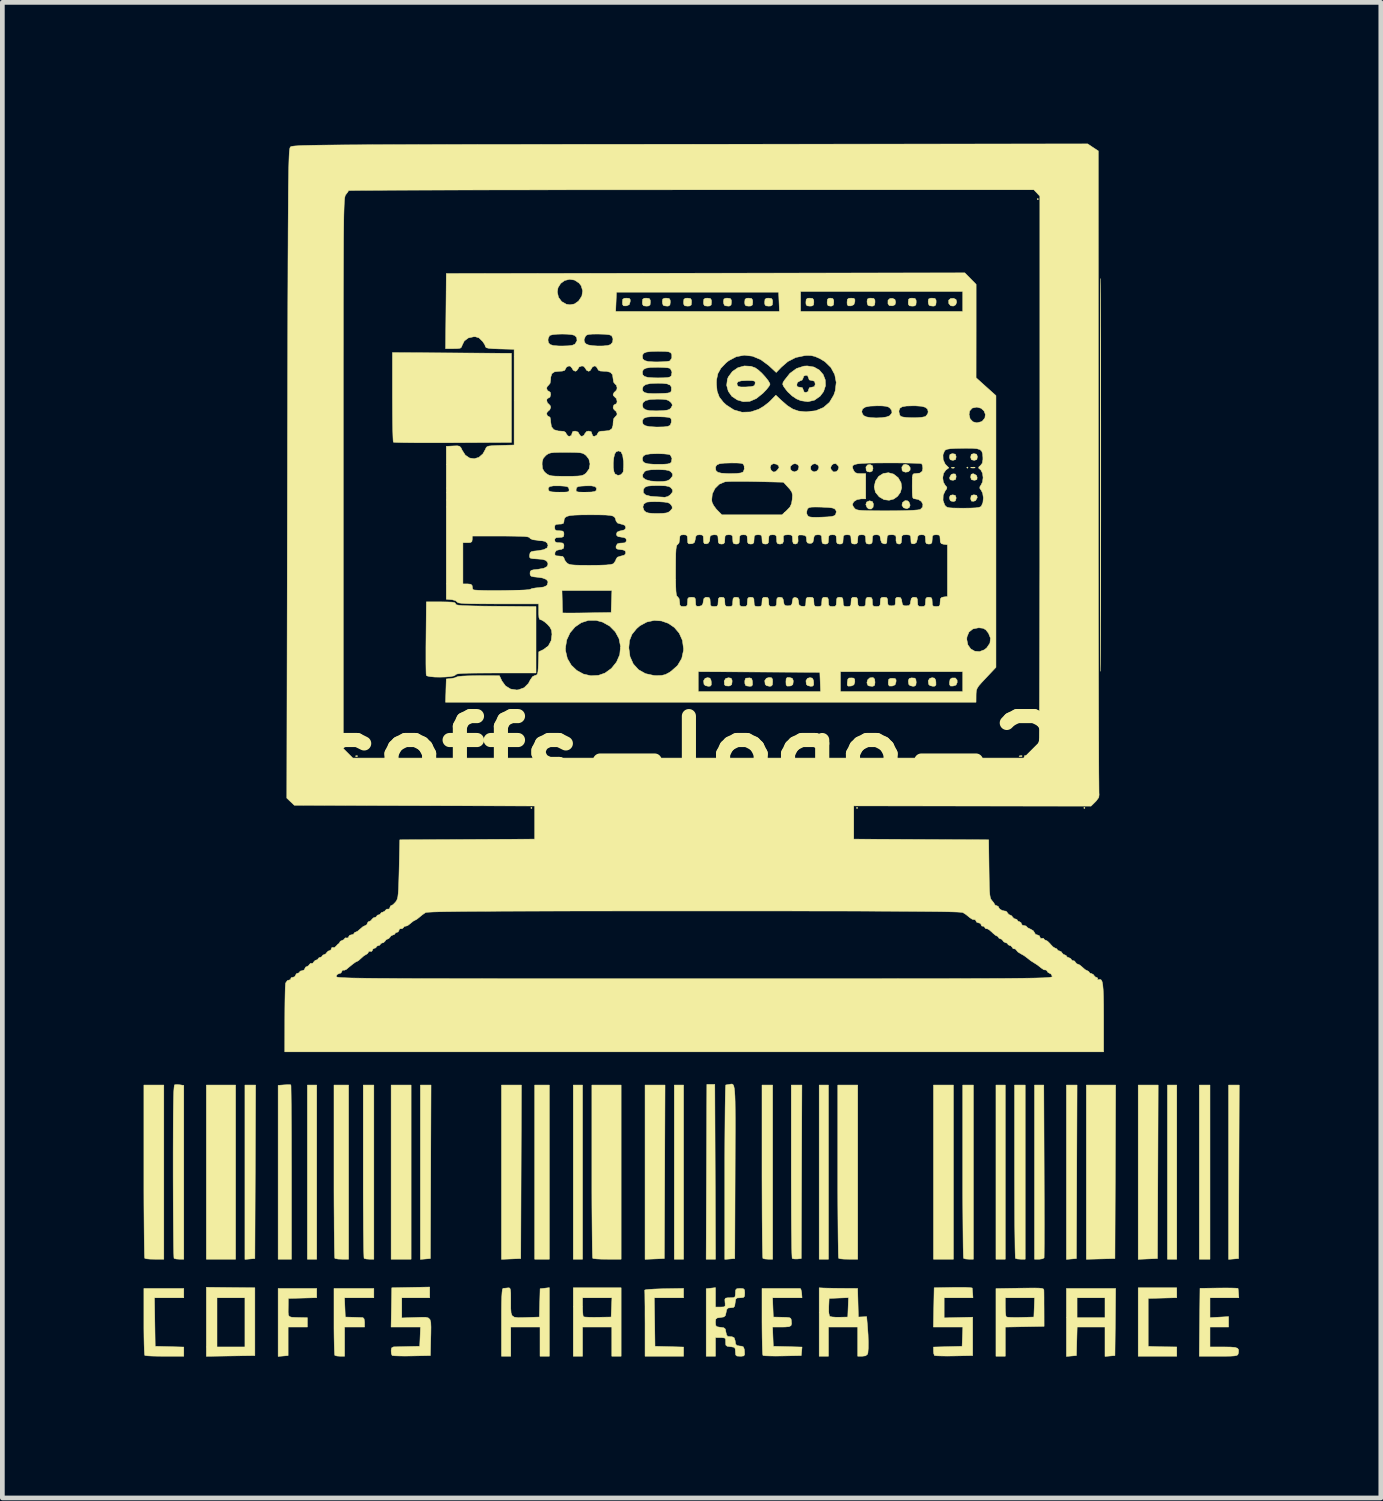
<source format=kicad_pcb>
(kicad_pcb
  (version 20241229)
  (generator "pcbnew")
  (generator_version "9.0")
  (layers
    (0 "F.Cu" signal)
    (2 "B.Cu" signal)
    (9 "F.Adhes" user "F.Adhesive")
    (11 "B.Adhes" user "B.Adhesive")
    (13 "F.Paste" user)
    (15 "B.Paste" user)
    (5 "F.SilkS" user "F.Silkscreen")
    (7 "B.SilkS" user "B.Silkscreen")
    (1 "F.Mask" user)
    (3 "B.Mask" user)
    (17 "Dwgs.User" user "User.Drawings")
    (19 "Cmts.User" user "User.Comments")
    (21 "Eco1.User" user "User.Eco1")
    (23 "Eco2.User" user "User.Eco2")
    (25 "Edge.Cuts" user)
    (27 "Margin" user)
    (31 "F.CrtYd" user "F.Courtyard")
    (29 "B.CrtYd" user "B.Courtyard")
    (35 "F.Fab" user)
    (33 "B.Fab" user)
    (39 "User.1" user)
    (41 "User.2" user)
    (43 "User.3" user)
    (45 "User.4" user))
  (footprint "coffs-logo-2"
    (layer "F.Cu")
    (at 11.576 12.988)
    (property "Reference" "coffs-logo-2" (at 0 0 0) (layer "F.SilkS") (effects (font (size 1.524 1.524) (thickness 0.3))))
    (attr through_hole)
    (fp_poly (pts (xy -9.624 10.696) (xy -10.245 10.696) (xy -10.245 6.999) (xy -9.624 6.999) (xy -9.624 10.696)) (stroke (width 0.01) (type solid)) (fill yes) (layer "F.SilkS"))
    (fp_poly (pts (xy -7.902 10.696) (xy -8.1 10.696) (xy -8.1 6.999) (xy -7.902 6.999) (xy -7.902 10.696)) (stroke (width 0.01) (type solid)) (fill yes) (layer "F.SilkS"))
    (fp_poly (pts (xy -5.898 10.696) (xy -6.322 10.696) (xy -6.322 6.999) (xy -5.898 6.999) (xy -5.898 10.696)) (stroke (width 0.01) (type solid)) (fill yes) (layer "F.SilkS"))
    (fp_poly (pts (xy -3.57 10.682) (xy -3.979 10.699) (xy -3.979 6.999) (xy -3.556 6.999) (xy -3.57 10.682)) (stroke (width 0.01) (type solid)) (fill yes) (layer "F.SilkS"))
    (fp_poly (pts (xy -3.33 1.115) (xy -3.344 1.129) (xy -3.358 1.115) (xy -3.344 1.101) (xy -3.33 1.115)) (stroke (width 0.01) (type solid)) (fill yes) (layer "F.SilkS"))
    (fp_poly (pts (xy -2.963 10.696) (xy -3.274 10.696) (xy -3.274 6.999) (xy -2.963 6.999) (xy -2.963 10.696)) (stroke (width 0.01) (type solid)) (fill yes) (layer "F.SilkS"))
    (fp_poly (pts (xy -2.258 10.696) (xy -2.455 10.696) (xy -2.455 6.999) (xy -2.258 6.999) (xy -2.258 10.696)) (stroke (width 0.01) (type solid)) (fill yes) (layer "F.SilkS"))
    (fp_poly (pts (xy -0.113 10.696) (xy -0.31 10.696) (xy -0.31 6.999) (xy -0.113 6.999) (xy -0.113 10.696)) (stroke (width 0.01) (type solid)) (fill yes) (layer "F.SilkS"))
    (fp_poly (pts (xy 2.963 10.696) (xy 2.766 10.696) (xy 2.766 6.999) (xy 2.963 6.999) (xy 2.963 10.696)) (stroke (width 0.01) (type solid)) (fill yes) (layer "F.SilkS"))
    (fp_poly (pts (xy 3.584 1.115) (xy 3.57 1.129) (xy 3.556 1.115) (xy 3.57 1.101) (xy 3.584 1.115)) (stroke (width 0.01) (type solid)) (fill yes) (layer "F.SilkS"))
    (fp_poly (pts (xy 5.616 10.696) (xy 5.193 10.696) (xy 5.193 6.999) (xy 5.616 6.999) (xy 5.616 10.696)) (stroke (width 0.01) (type solid)) (fill yes) (layer "F.SilkS"))
    (fp_poly (pts (xy 5.927 -6.11) (xy 5.913 -6.096) (xy 5.898 -6.11) (xy 5.913 -6.124) (xy 5.927 -6.11)) (stroke (width 0.01) (type solid)) (fill yes) (layer "F.SilkS"))
    (fp_poly (pts (xy 6.717 10.696) (xy 6.519 10.696) (xy 6.519 6.999) (xy 6.717 6.999) (xy 6.717 10.696)) (stroke (width 0.01) (type solid)) (fill yes) (layer "F.SilkS"))
    (fp_poly (pts (xy 7.422 -11.811) (xy 7.408 -11.797) (xy 7.394 -11.811) (xy 7.408 -11.825) (xy 7.422 -11.811)) (stroke (width 0.01) (type solid)) (fill yes) (layer "F.SilkS"))
    (fp_poly (pts (xy 7.422 -0.183) (xy 7.408 -0.169) (xy 7.394 -0.183) (xy 7.408 -0.198) (xy 7.422 -0.183)) (stroke (width 0.01) (type solid)) (fill yes) (layer "F.SilkS"))
    (fp_poly (pts (xy 8.41 1.115) (xy 8.396 1.129) (xy 8.382 1.115) (xy 8.396 1.101) (xy 8.41 1.115)) (stroke (width 0.01) (type solid)) (fill yes) (layer "F.SilkS"))
    (fp_poly (pts (xy 10.358 10.696) (xy 10.16 10.696) (xy 10.16 6.999) (xy 10.358 6.999) (xy 10.358 10.696)) (stroke (width 0.01) (type solid)) (fill yes) (layer "F.SilkS"))
    (fp_poly (pts (xy 11.063 10.696) (xy 10.837 10.696) (xy 10.837 6.999) (xy 11.063 6.999) (xy 11.063 10.696)) (stroke (width 0.01) (type solid)) (fill yes) (layer "F.SilkS"))
    (fp_poly (pts (xy -9.215 10.682) (xy -9.32 10.691) (xy -9.426 10.7) (xy -9.426 6.999) (xy -9.199 6.999) (xy -9.215 10.682)) (stroke (width 0.01) (type solid)) (fill yes) (layer "F.SilkS"))
    (fp_poly (pts (xy -5.489 10.682) (xy -5.595 10.691) (xy -5.701 10.7) (xy -5.701 6.999) (xy -5.475 6.999) (xy -5.489 10.682)) (stroke (width 0.01) (type solid)) (fill yes) (layer "F.SilkS"))
    (fp_poly (pts (xy -0.514 8.841) (xy -0.522 10.682) (xy -0.931 10.699) (xy -0.931 6.999) (xy -0.507 6.999) (xy -0.514 8.841)) (stroke (width 0.01) (type solid)) (fill yes) (layer "F.SilkS"))
    (fp_poly (pts (xy 8.227 10.682) (xy 8.121 10.691) (xy 8.015 10.7) (xy 8.015 6.999) (xy 8.241 6.999) (xy 8.227 10.682)) (stroke (width 0.01) (type solid)) (fill yes) (layer "F.SilkS"))
    (fp_poly (pts (xy 9.045 10.682) (xy 8.742 10.69) (xy 8.438 10.698) (xy 8.438 6.999) (xy 9.06 6.999) (xy 9.045 10.682)) (stroke (width 0.01) (type solid)) (fill yes) (layer "F.SilkS"))
    (fp_poly (pts (xy 11.67 10.682) (xy 11.564 10.691) (xy 11.458 10.7) (xy 11.458 6.999) (xy 11.684 6.999) (xy 11.67 10.682)) (stroke (width 0.01) (type solid)) (fill yes) (layer "F.SilkS"))
    (fp_poly (pts (xy -7.037 0.009) (xy -7.041 0.026) (xy -7.056 0.028) (xy -7.079 0.018) (xy -7.074 0.009) (xy -7.041 0.006) (xy -7.037 0.009)) (stroke (width 0.01) (type solid)) (fill yes) (layer "F.SilkS"))
    (fp_poly (pts (xy 5.637 -6.113) (xy 5.628 -6.1) (xy 5.6 -6.098) (xy 5.57 -6.105) (xy 5.583 -6.115) (xy 5.627 -6.119) (xy 5.637 -6.113)) (stroke (width 0.01) (type solid)) (fill yes) (layer "F.SilkS"))
    (fp_poly (pts (xy 7.076 0.011) (xy 7.068 0.024) (xy 7.039 0.026) (xy 7.009 0.019) (xy 7.022 0.009) (xy 7.066 0.006) (xy 7.076 0.011)) (stroke (width 0.01) (type solid)) (fill yes) (layer "F.SilkS"))
    (fp_poly (pts (xy 7.159 0.009) (xy 7.155 0.026) (xy 7.14 0.028) (xy 7.117 0.018) (xy 7.121 0.009) (xy 7.155 0.006) (xy 7.159 0.009)) (stroke (width 0.01) (type solid)) (fill yes) (layer "F.SilkS"))
    (fp_poly (pts (xy 9.956 8.841) (xy 9.948 10.682) (xy 9.744 10.69) (xy 9.539 10.699) (xy 9.539 6.999) (xy 9.963 6.999) (xy 9.956 8.841)) (stroke (width 0.01) (type solid)) (fill yes) (layer "F.SilkS"))
    (fp_poly (pts (xy 0.466 6.985) (xy 0.55 6.985) (xy 0.558 8.841) (xy 0.565 10.696) (xy 0.366 10.696) (xy 0.374 8.841) (xy 0.381 6.985) (xy 0.466 6.985)) (stroke (width 0.01) (type solid)) (fill yes) (layer "F.SilkS"))
    (fp_poly (pts (xy 6.075 -6.115) (xy 6.076 -6.105) (xy 6.032 -6.101) (xy 6.025 -6.102) (xy 5.982 -6.106) (xy 5.986 -6.114) (xy 5.991 -6.116) (xy 6.052 -6.12) (xy 6.075 -6.115)) (stroke (width 0.01) (type solid)) (fill yes) (layer "F.SilkS"))
    (fp_poly (pts (xy 3.896 -6.151) (xy 3.909 -6.096) (xy 3.893 -6.038) (xy 3.845 -6.016) (xy 3.786 -6.027) (xy 3.765 -6.052) (xy 3.758 -6.122) (xy 3.792 -6.167) (xy 3.845 -6.176) (xy 3.896 -6.151)) (stroke (width 0.01) (type solid)) (fill yes) (layer "F.SilkS"))
    (fp_poly (pts (xy 3.896 -5.389) (xy 3.918 -5.337) (xy 3.91 -5.268) (xy 3.871 -5.231) (xy 3.818 -5.234) (xy 3.783 -5.262) (xy 3.756 -5.326) (xy 3.773 -5.379) (xy 3.829 -5.404) (xy 3.839 -5.405) (xy 3.896 -5.389)) (stroke (width 0.01) (type solid)) (fill yes) (layer "F.SilkS"))
    (fp_poly (pts (xy 4.374 -9.681) (xy 4.389 -9.624) (xy 4.375 -9.568) (xy 4.325 -9.546) (xy 4.315 -9.545) (xy 4.253 -9.551) (xy 4.226 -9.591) (xy 4.227 -9.663) (xy 4.269 -9.701) (xy 4.321 -9.704) (xy 4.374 -9.681)) (stroke (width 0.01) (type solid)) (fill yes) (layer "F.SilkS"))
    (fp_poly (pts (xy 4.645 -5.404) (xy 4.673 -5.378) (xy 4.697 -5.313) (xy 4.677 -5.262) (xy 4.629 -5.238) (xy 4.564 -5.256) (xy 4.556 -5.261) (xy 4.523 -5.312) (xy 4.536 -5.369) (xy 4.59 -5.41) (xy 4.645 -5.404)) (stroke (width 0.01) (type solid)) (fill yes) (layer "F.SilkS"))
    (fp_poly (pts (xy 4.661 -6.16) (xy 4.698 -6.109) (xy 4.696 -6.057) (xy 4.658 -6.022) (xy 4.598 -6.013) (xy 4.544 -6.031) (xy 4.526 -6.054) (xy 4.521 -6.122) (xy 4.555 -6.17) (xy 4.596 -6.181) (xy 4.661 -6.16)) (stroke (width 0.01) (type solid)) (fill yes) (layer "F.SilkS"))
    (fp_poly (pts (xy 5.657 -1.644) (xy 5.694 -1.6) (xy 5.696 -1.549) (xy 5.671 -1.494) (xy 5.609 -1.473) (xy 5.554 -1.473) (xy 5.534 -1.503) (xy 5.532 -1.547) (xy 5.546 -1.617) (xy 5.585 -1.644) (xy 5.657 -1.644)) (stroke (width 0.01) (type solid)) (fill yes) (layer "F.SilkS"))
    (fp_poly (pts (xy 5.671 -9.68) (xy 5.685 -9.624) (xy 5.664 -9.567) (xy 5.615 -9.54) (xy 5.56 -9.546) (xy 5.52 -9.59) (xy 5.517 -9.597) (xy 5.515 -9.665) (xy 5.558 -9.701) (xy 5.619 -9.704) (xy 5.671 -9.68)) (stroke (width 0.01) (type solid)) (fill yes) (layer "F.SilkS"))
    (fp_poly (pts (xy 0.446 -1.641) (xy 0.468 -1.601) (xy 0.475 -1.559) (xy 0.475 -1.496) (xy 0.453 -1.471) (xy 0.41 -1.468) (xy 0.35 -1.482) (xy 0.321 -1.508) (xy 0.312 -1.585) (xy 0.344 -1.636) (xy 0.395 -1.651) (xy 0.446 -1.641)) (stroke (width 0.01) (type solid)) (fill yes) (layer "F.SilkS"))
    (fp_poly (pts (xy 0.896 -1.638) (xy 0.916 -1.598) (xy 0.917 -1.564) (xy 0.908 -1.503) (xy 0.869 -1.477) (xy 0.842 -1.473) (xy 0.782 -1.478) (xy 0.756 -1.5) (xy 0.749 -1.58) (xy 0.782 -1.634) (xy 0.842 -1.649) (xy 0.896 -1.638)) (stroke (width 0.01) (type solid)) (fill yes) (layer "F.SilkS"))
    (fp_poly (pts (xy 1.753 -1.649) (xy 1.775 -1.619) (xy 1.778 -1.562) (xy 1.772 -1.497) (xy 1.746 -1.471) (xy 1.707 -1.468) (xy 1.647 -1.482) (xy 1.62 -1.508) (xy 1.61 -1.587) (xy 1.645 -1.638) (xy 1.701 -1.654) (xy 1.753 -1.649)) (stroke (width 0.01) (type solid)) (fill yes) (layer "F.SilkS"))
    (fp_poly (pts (xy 2.619 -1.641) (xy 2.642 -1.6) (xy 2.648 -1.559) (xy 2.649 -1.496) (xy 2.626 -1.471) (xy 2.583 -1.468) (xy 2.523 -1.482) (xy 2.494 -1.508) (xy 2.485 -1.585) (xy 2.517 -1.636) (xy 2.569 -1.651) (xy 2.619 -1.641)) (stroke (width 0.01) (type solid)) (fill yes) (layer "F.SilkS"))
    (fp_poly (pts (xy 5.215 -1.64) (xy 5.238 -1.6) (xy 5.244 -1.559) (xy 5.245 -1.496) (xy 5.222 -1.471) (xy 5.18 -1.468) (xy 5.119 -1.482) (xy 5.091 -1.508) (xy 5.081 -1.585) (xy 5.114 -1.636) (xy 5.165 -1.65) (xy 5.215 -1.64)) (stroke (width 0.01) (type solid)) (fill yes) (layer "F.SilkS"))
    (fp_poly (pts (xy 5.656 -5.52) (xy 5.672 -5.474) (xy 5.673 -5.461) (xy 5.658 -5.405) (xy 5.621 -5.39) (xy 5.567 -5.4) (xy 5.55 -5.409) (xy 5.534 -5.451) (xy 5.532 -5.48) (xy 5.551 -5.521) (xy 5.602 -5.532) (xy 5.656 -5.52)) (stroke (width 0.01) (type solid)) (fill yes) (layer "F.SilkS"))
    (fp_poly (pts (xy 5.657 -5.974) (xy 5.672 -5.934) (xy 5.673 -5.915) (xy 5.662 -5.86) (xy 5.618 -5.843) (xy 5.6 -5.842) (xy 5.547 -5.851) (xy 5.535 -5.888) (xy 5.537 -5.905) (xy 5.569 -5.963) (xy 5.609 -5.978) (xy 5.657 -5.974)) (stroke (width 0.01) (type solid)) (fill yes) (layer "F.SilkS"))
    (fp_poly (pts (xy 6.047 -5.978) (xy 6.104 -5.946) (xy 6.119 -5.905) (xy 6.115 -5.858) (xy 6.075 -5.843) (xy 6.056 -5.842) (xy 6.001 -5.853) (xy 5.984 -5.897) (xy 5.983 -5.915) (xy 5.992 -5.967) (xy 6.03 -5.98) (xy 6.047 -5.978)) (stroke (width 0.01) (type solid)) (fill yes) (layer "F.SilkS"))
    (fp_poly (pts (xy 6.108 -5.522) (xy 6.121 -5.485) (xy 6.119 -5.468) (xy 6.087 -5.411) (xy 6.047 -5.396) (xy 5.999 -5.399) (xy 5.984 -5.44) (xy 5.983 -5.459) (xy 5.994 -5.514) (xy 6.038 -5.531) (xy 6.056 -5.532) (xy 6.108 -5.522)) (stroke (width 0.01) (type solid)) (fill yes) (layer "F.SilkS"))
    (fp_poly (pts (xy -1.265 -9.703) (xy -1.245 -9.675) (xy -1.247 -9.631) (xy -1.267 -9.57) (xy -1.321 -9.546) (xy -1.333 -9.544) (xy -1.388 -9.545) (xy -1.408 -9.573) (xy -1.411 -9.622) (xy -1.405 -9.683) (xy -1.373 -9.705) (xy -1.325 -9.708) (xy -1.265 -9.703)) (stroke (width 0.01) (type solid)) (fill yes) (layer "F.SilkS"))
    (fp_poly (pts (xy -0.843 -9.701) (xy -0.821 -9.668) (xy -0.818 -9.624) (xy -0.825 -9.564) (xy -0.858 -9.542) (xy -0.903 -9.539) (xy -0.963 -9.546) (xy -0.985 -9.579) (xy -0.988 -9.624) (xy -0.981 -9.684) (xy -0.948 -9.706) (xy -0.903 -9.708) (xy -0.843 -9.701)) (stroke (width 0.01) (type solid)) (fill yes) (layer "F.SilkS"))
    (fp_poly (pts (xy 0.032 -9.701) (xy 0.054 -9.668) (xy 0.056 -9.624) (xy 0.049 -9.564) (xy 0.016 -9.542) (xy -0.028 -9.539) (xy -0.088 -9.546) (xy -0.11 -9.579) (xy -0.113 -9.624) (xy -0.106 -9.684) (xy -0.073 -9.706) (xy -0.028 -9.708) (xy 0.032 -9.701)) (stroke (width 0.01) (type solid)) (fill yes) (layer "F.SilkS"))
    (fp_poly (pts (xy 0.455 -9.701) (xy 0.477 -9.668) (xy 0.48 -9.624) (xy 0.473 -9.564) (xy 0.44 -9.542) (xy 0.395 -9.539) (xy 0.335 -9.546) (xy 0.313 -9.579) (xy 0.31 -9.624) (xy 0.317 -9.684) (xy 0.35 -9.706) (xy 0.395 -9.708) (xy 0.455 -9.701)) (stroke (width 0.01) (type solid)) (fill yes) (layer "F.SilkS"))
    (fp_poly (pts (xy 1.33 -9.701) (xy 1.352 -9.668) (xy 1.355 -9.624) (xy 1.348 -9.564) (xy 1.315 -9.542) (xy 1.27 -9.539) (xy 1.21 -9.546) (xy 1.188 -9.579) (xy 1.185 -9.624) (xy 1.192 -9.684) (xy 1.225 -9.706) (xy 1.27 -9.708) (xy 1.33 -9.701)) (stroke (width 0.01) (type solid)) (fill yes) (layer "F.SilkS"))
    (fp_poly (pts (xy 1.753 -9.701) (xy 1.775 -9.668) (xy 1.778 -9.624) (xy 1.771 -9.564) (xy 1.738 -9.542) (xy 1.693 -9.539) (xy 1.633 -9.546) (xy 1.611 -9.579) (xy 1.609 -9.624) (xy 1.616 -9.684) (xy 1.649 -9.706) (xy 1.693 -9.708) (xy 1.753 -9.701)) (stroke (width 0.01) (type solid)) (fill yes) (layer "F.SilkS"))
    (fp_poly (pts (xy 2.138 -1.653) (xy 2.194 -1.637) (xy 2.214 -1.594) (xy 2.215 -1.563) (xy 2.206 -1.503) (xy 2.166 -1.477) (xy 2.138 -1.473) (xy 2.086 -1.472) (xy 2.064 -1.497) (xy 2.06 -1.563) (xy 2.065 -1.628) (xy 2.086 -1.653) (xy 2.138 -1.653)) (stroke (width 0.01) (type solid)) (fill yes) (layer "F.SilkS"))
    (fp_poly (pts (xy 2.628 -9.701) (xy 2.65 -9.668) (xy 2.653 -9.624) (xy 2.646 -9.564) (xy 2.613 -9.542) (xy 2.568 -9.539) (xy 2.508 -9.546) (xy 2.486 -9.579) (xy 2.484 -9.624) (xy 2.491 -9.684) (xy 2.524 -9.706) (xy 2.568 -9.708) (xy 2.628 -9.701)) (stroke (width 0.01) (type solid)) (fill yes) (layer "F.SilkS"))
    (fp_poly (pts (xy 3.056 -9.699) (xy 3.075 -9.661) (xy 3.076 -9.624) (xy 3.069 -9.563) (xy 3.036 -9.541) (xy 3.006 -9.539) (xy 2.955 -9.548) (xy 2.937 -9.587) (xy 2.935 -9.624) (xy 2.943 -9.684) (xy 2.975 -9.706) (xy 3.006 -9.708) (xy 3.056 -9.699)) (stroke (width 0.01) (type solid)) (fill yes) (layer "F.SilkS"))
    (fp_poly (pts (xy 3.501 -1.64) (xy 3.52 -1.614) (xy 3.523 -1.559) (xy 3.503 -1.499) (xy 3.451 -1.475) (xy 3.434 -1.473) (xy 3.381 -1.471) (xy 3.361 -1.495) (xy 3.364 -1.557) (xy 3.374 -1.617) (xy 3.4 -1.643) (xy 3.459 -1.645) (xy 3.501 -1.64)) (stroke (width 0.01) (type solid)) (fill yes) (layer "F.SilkS"))
    (fp_poly (pts (xy 3.505 -9.703) (xy 3.525 -9.675) (xy 3.523 -9.631) (xy 3.502 -9.57) (xy 3.449 -9.546) (xy 3.436 -9.544) (xy 3.382 -9.545) (xy 3.361 -9.573) (xy 3.358 -9.622) (xy 3.365 -9.683) (xy 3.397 -9.705) (xy 3.445 -9.708) (xy 3.505 -9.703)) (stroke (width 0.01) (type solid)) (fill yes) (layer "F.SilkS"))
    (fp_poly (pts (xy 3.943 -1.62) (xy 3.951 -1.551) (xy 3.943 -1.49) (xy 3.909 -1.469) (xy 3.885 -1.468) (xy 3.826 -1.475) (xy 3.801 -1.486) (xy 3.779 -1.541) (xy 3.794 -1.603) (xy 3.837 -1.644) (xy 3.843 -1.646) (xy 3.91 -1.653) (xy 3.943 -1.62)) (stroke (width 0.01) (type solid)) (fill yes) (layer "F.SilkS"))
    (fp_poly (pts (xy 4.38 -1.631) (xy 4.399 -1.603) (xy 4.397 -1.559) (xy 4.377 -1.499) (xy 4.324 -1.475) (xy 4.311 -1.473) (xy 4.257 -1.473) (xy 4.236 -1.502) (xy 4.233 -1.55) (xy 4.24 -1.611) (xy 4.272 -1.634) (xy 4.32 -1.637) (xy 4.38 -1.631)) (stroke (width 0.01) (type solid)) (fill yes) (layer "F.SilkS"))
    (fp_poly (pts (xy 4.801 -9.701) (xy 4.823 -9.668) (xy 4.826 -9.624) (xy 4.819 -9.564) (xy 4.786 -9.542) (xy 4.741 -9.539) (xy 4.681 -9.546) (xy 4.659 -9.579) (xy 4.657 -9.624) (xy 4.664 -9.684) (xy 4.697 -9.706) (xy 4.741 -9.708) (xy 4.801 -9.701)) (stroke (width 0.01) (type solid)) (fill yes) (layer "F.SilkS"))
    (fp_poly (pts (xy 5.656 -6.395) (xy 5.672 -6.349) (xy 5.673 -6.336) (xy 5.661 -6.282) (xy 5.615 -6.266) (xy 5.602 -6.265) (xy 5.548 -6.277) (xy 5.532 -6.323) (xy 5.532 -6.336) (xy 5.543 -6.39) (xy 5.589 -6.406) (xy 5.602 -6.406) (xy 5.656 -6.395)) (stroke (width 0.01) (type solid)) (fill yes) (layer "F.SilkS"))
    (fp_poly (pts (xy 6.107 -6.395) (xy 6.124 -6.349) (xy 6.124 -6.336) (xy 6.113 -6.282) (xy 6.067 -6.266) (xy 6.054 -6.265) (xy 6 -6.277) (xy 5.983 -6.323) (xy 5.983 -6.336) (xy 5.995 -6.39) (xy 6.041 -6.406) (xy 6.054 -6.406) (xy 6.107 -6.395)) (stroke (width 0.01) (type solid)) (fill yes) (layer "F.SilkS"))
    (fp_poly (pts (xy -9.73 11.298) (xy -9.215 11.303) (xy -9.215 12.742) (xy -9.73 12.75) (xy -10.245 12.758) (xy -10.245 11.515) (xy -10.019 11.515) (xy -10.019 12.559) (xy -9.426 12.559) (xy -9.426 11.515) (xy -10.019 11.515) (xy -10.245 11.515) (xy -10.245 11.292) (xy -9.73 11.298)) (stroke (width 0.01) (type solid)) (fill yes) (layer "F.SilkS"))
    (fp_poly (pts (xy -0.42 -9.701) (xy -0.398 -9.668) (xy -0.395 -9.624) (xy -0.403 -9.563) (xy -0.435 -9.541) (xy -0.461 -9.539) (xy -0.52 -9.546) (xy -0.546 -9.558) (xy -0.56 -9.598) (xy -0.564 -9.643) (xy -0.554 -9.69) (xy -0.513 -9.707) (xy -0.48 -9.708) (xy -0.42 -9.701)) (stroke (width 0.01) (type solid)) (fill yes) (layer "F.SilkS"))
    (fp_poly (pts (xy 0.878 -9.701) (xy 0.901 -9.668) (xy 0.903 -9.624) (xy 0.895 -9.563) (xy 0.863 -9.541) (xy 0.837 -9.539) (xy 0.778 -9.546) (xy 0.753 -9.558) (xy 0.738 -9.598) (xy 0.734 -9.643) (xy 0.744 -9.69) (xy 0.785 -9.707) (xy 0.818 -9.708) (xy 0.878 -9.701)) (stroke (width 0.01) (type solid)) (fill yes) (layer "F.SilkS"))
    (fp_poly (pts (xy 1.331 -1.632) (xy 1.346 -1.587) (xy 1.349 -1.559) (xy 1.35 -1.496) (xy 1.328 -1.471) (xy 1.291 -1.468) (xy 1.231 -1.475) (xy 1.204 -1.486) (xy 1.188 -1.528) (xy 1.187 -1.585) (xy 1.201 -1.631) (xy 1.214 -1.64) (xy 1.292 -1.646) (xy 1.331 -1.632)) (stroke (width 0.01) (type solid)) (fill yes) (layer "F.SilkS"))
    (fp_poly (pts (xy 3.926 -9.701) (xy 3.949 -9.668) (xy 3.951 -9.624) (xy 3.943 -9.563) (xy 3.911 -9.541) (xy 3.885 -9.539) (xy 3.826 -9.546) (xy 3.801 -9.558) (xy 3.786 -9.598) (xy 3.782 -9.643) (xy 3.792 -9.69) (xy 3.833 -9.707) (xy 3.866 -9.708) (xy 3.926 -9.701)) (stroke (width 0.01) (type solid)) (fill yes) (layer "F.SilkS"))
    (fp_poly (pts (xy 4.798 -1.64) (xy 4.818 -1.613) (xy 4.826 -1.553) (xy 4.826 -1.552) (xy 4.818 -1.492) (xy 4.786 -1.47) (xy 4.755 -1.468) (xy 4.695 -1.482) (xy 4.668 -1.508) (xy 4.659 -1.571) (xy 4.662 -1.6) (xy 4.68 -1.634) (xy 4.725 -1.646) (xy 4.798 -1.64)) (stroke (width 0.01) (type solid)) (fill yes) (layer "F.SilkS"))
    (fp_poly (pts (xy 5.225 -9.701) (xy 5.247 -9.668) (xy 5.249 -9.624) (xy 5.241 -9.563) (xy 5.209 -9.541) (xy 5.183 -9.539) (xy 5.124 -9.546) (xy 5.099 -9.558) (xy 5.084 -9.598) (xy 5.08 -9.643) (xy 5.09 -9.69) (xy 5.132 -9.707) (xy 5.165 -9.708) (xy 5.225 -9.701)) (stroke (width 0.01) (type solid)) (fill yes) (layer "F.SilkS"))
    (fp_poly (pts (xy 2.385 10.682) (xy 2.299 10.691) (xy 2.232 10.69) (xy 2.193 10.679) (xy 2.19 10.648) (xy 2.186 10.565) (xy 2.183 10.435) (xy 2.181 10.264) (xy 2.178 10.055) (xy 2.176 9.813) (xy 2.175 9.543) (xy 2.174 9.25) (xy 2.173 8.939) (xy 2.173 8.829) (xy 2.173 6.999) (xy 2.399 6.999) (xy 2.385 10.682)) (stroke (width 0.01) (type solid)) (fill yes) (layer "F.SilkS"))
    (fp_poly (pts (xy 10.358 11.408) (xy 10.358 11.513) (xy 10.054 11.521) (xy 9.751 11.529) (xy 9.751 12.545) (xy 9.821 12.549) (xy 9.883 12.551) (xy 9.981 12.554) (xy 10.098 12.556) (xy 10.125 12.556) (xy 10.358 12.559) (xy 10.358 12.756) (xy 9.539 12.756) (xy 9.539 12.03) (xy 9.539 11.303) (xy 10.357 11.303) (xy 10.358 11.408)) (stroke (width 0.01) (type solid)) (fill yes) (layer "F.SilkS"))
    (fp_poly (pts (xy -8.46 6.993) (xy -8.451 6.996) (xy -8.448 7.026) (xy -8.447 7.107) (xy -8.445 7.236) (xy -8.443 7.406) (xy -8.442 7.614) (xy -8.44 7.855) (xy -8.439 8.125) (xy -8.439 8.417) (xy -8.438 8.729) (xy -8.438 8.852) (xy -8.438 10.696) (xy -8.721 10.696) (xy -8.721 7.005) (xy -8.592 6.995) (xy -8.512 6.991) (xy -8.46 6.993)) (stroke (width 0.01) (type solid)) (fill yes) (layer "F.SilkS"))
    (fp_poly (pts (xy -7.902 11.513) (xy -8.204 11.521) (xy -8.505 11.529) (xy -8.507 11.726) (xy -8.508 11.822) (xy -8.503 11.882) (xy -8.48 11.915) (xy -8.43 11.929) (xy -8.341 11.933) (xy -8.248 11.935) (xy -8.1 11.938) (xy -8.1 12.136) (xy -8.509 12.136) (xy -8.509 12.742) (xy -8.721 12.76) (xy -8.721 11.317) (xy -7.902 11.317) (xy -7.902 11.513)) (stroke (width 0.01) (type solid)) (fill yes) (layer "F.SilkS"))
    (fp_poly (pts (xy -7.225 10.696) (xy -7.361 10.696) (xy -7.445 10.693) (xy -7.503 10.683) (xy -7.517 10.677) (xy -7.52 10.647) (xy -7.523 10.564) (xy -7.526 10.435) (xy -7.528 10.263) (xy -7.531 10.054) (xy -7.532 9.813) (xy -7.534 9.543) (xy -7.535 9.251) (xy -7.535 8.94) (xy -7.535 8.829) (xy -7.535 6.999) (xy -7.225 6.999) (xy -7.225 10.696)) (stroke (width 0.01) (type solid)) (fill yes) (layer "F.SilkS"))
    (fp_poly (pts (xy -6.689 10.696) (xy -6.783 10.696) (xy -6.852 10.691) (xy -6.894 10.679) (xy -6.896 10.677) (xy -6.899 10.647) (xy -6.902 10.564) (xy -6.905 10.435) (xy -6.907 10.263) (xy -6.91 10.054) (xy -6.911 9.813) (xy -6.913 9.543) (xy -6.914 9.251) (xy -6.914 8.94) (xy -6.914 8.829) (xy -6.914 6.999) (xy -6.689 6.999) (xy -6.689 10.696)) (stroke (width 0.01) (type solid)) (fill yes) (layer "F.SilkS"))
    (fp_poly (pts (xy 1.778 10.696) (xy 1.684 10.696) (xy 1.614 10.691) (xy 1.572 10.679) (xy 1.571 10.677) (xy 1.568 10.647) (xy 1.565 10.564) (xy 1.562 10.435) (xy 1.559 10.263) (xy 1.557 10.054) (xy 1.555 9.813) (xy 1.554 9.543) (xy 1.553 9.251) (xy 1.552 8.94) (xy 1.552 8.829) (xy 1.552 6.999) (xy 1.778 6.999) (xy 1.778 10.696)) (stroke (width 0.01) (type solid)) (fill yes) (layer "F.SilkS"))
    (fp_poly (pts (xy 4.345 -5.973) (xy 4.442 -5.897) (xy 4.443 -5.895) (xy 4.504 -5.789) (xy 4.517 -5.683) (xy 4.49 -5.584) (xy 4.431 -5.502) (xy 4.349 -5.443) (xy 4.25 -5.417) (xy 4.144 -5.43) (xy 4.04 -5.49) (xy 3.96 -5.588) (xy 3.934 -5.701) (xy 3.961 -5.823) (xy 4.03 -5.925) (xy 4.126 -5.985) (xy 4.236 -6.002) (xy 4.345 -5.973)) (stroke (width 0.01) (type solid)) (fill yes) (layer "F.SilkS"))
    (fp_poly (pts (xy 6.04 10.696) (xy 5.945 10.696) (xy 5.876 10.691) (xy 5.834 10.679) (xy 5.833 10.677) (xy 5.829 10.647) (xy 5.826 10.564) (xy 5.823 10.435) (xy 5.821 10.263) (xy 5.819 10.054) (xy 5.817 9.813) (xy 5.815 9.543) (xy 5.814 9.251) (xy 5.814 8.94) (xy 5.814 8.829) (xy 5.814 6.999) (xy 6.04 6.999) (xy 6.04 10.696)) (stroke (width 0.01) (type solid)) (fill yes) (layer "F.SilkS"))
    (fp_poly (pts (xy 7.14 10.696) (xy 7.046 10.696) (xy 6.976 10.691) (xy 6.935 10.679) (xy 6.933 10.677) (xy 6.93 10.647) (xy 6.927 10.564) (xy 6.924 10.435) (xy 6.922 10.263) (xy 6.919 10.054) (xy 6.917 9.813) (xy 6.916 9.543) (xy 6.915 9.251) (xy 6.914 8.94) (xy 6.914 8.829) (xy 6.914 6.999) (xy 7.14 6.999) (xy 7.14 10.696)) (stroke (width 0.01) (type solid)) (fill yes) (layer "F.SilkS"))
    (fp_poly (pts (xy 7.542 8.819) (xy 7.543 9.135) (xy 7.544 9.435) (xy 7.544 9.712) (xy 7.545 9.964) (xy 7.544 10.185) (xy 7.544 10.37) (xy 7.543 10.515) (xy 7.542 10.614) (xy 7.541 10.664) (xy 7.54 10.668) (xy 7.508 10.687) (xy 7.444 10.696) (xy 7.434 10.696) (xy 7.338 10.696) (xy 7.338 6.999) (xy 7.535 6.999) (xy 7.542 8.819)) (stroke (width 0.01) (type solid)) (fill yes) (layer "F.SilkS"))
    (fp_poly (pts (xy -11.148 10.696) (xy -11.341 10.696) (xy -11.44 10.694) (xy -11.516 10.687) (xy -11.552 10.677) (xy -11.552 10.677) (xy -11.556 10.647) (xy -11.559 10.564) (xy -11.561 10.435) (xy -11.564 10.263) (xy -11.566 10.054) (xy -11.568 9.813) (xy -11.57 9.543) (xy -11.571 9.251) (xy -11.571 8.94) (xy -11.571 8.829) (xy -11.571 6.999) (xy -11.148 6.999) (xy -11.148 10.696)) (stroke (width 0.01) (type solid)) (fill yes) (layer "F.SilkS"))
    (fp_poly (pts (xy -1.439 10.696) (xy -1.731 10.696) (xy -1.854 10.695) (xy -1.955 10.69) (xy -2.022 10.683) (xy -2.041 10.677) (xy -2.045 10.647) (xy -2.048 10.564) (xy -2.051 10.435) (xy -2.053 10.263) (xy -2.055 10.054) (xy -2.057 9.813) (xy -2.059 9.543) (xy -2.06 9.251) (xy -2.06 8.94) (xy -2.06 8.829) (xy -2.06 6.999) (xy -1.439 6.999) (xy -1.439 10.696)) (stroke (width 0.01) (type solid)) (fill yes) (layer "F.SilkS"))
    (fp_poly (pts (xy 3.584 10.696) (xy 3.391 10.696) (xy 3.292 10.694) (xy 3.216 10.687) (xy 3.18 10.677) (xy 3.18 10.677) (xy 3.176 10.647) (xy 3.173 10.564) (xy 3.171 10.435) (xy 3.168 10.263) (xy 3.166 10.054) (xy 3.164 9.813) (xy 3.162 9.543) (xy 3.161 9.251) (xy 3.161 8.94) (xy 3.161 8.829) (xy 3.161 6.999) (xy 3.584 6.999) (xy 3.584 10.696)) (stroke (width 0.01) (type solid)) (fill yes) (layer "F.SilkS"))
    (fp_poly (pts (xy 9.053 12.03) (xy 9.045 12.742) (xy 8.834 12.76) (xy 8.834 12.136) (xy 8.243 12.136) (xy 8.235 12.439) (xy 8.227 12.742) (xy 8.121 12.751) (xy 8.015 12.76) (xy 8.015 11.515) (xy 8.241 11.515) (xy 8.241 11.938) (xy 8.834 11.938) (xy 8.834 11.515) (xy 8.241 11.515) (xy 8.015 11.515) (xy 8.015 11.317) (xy 9.06 11.317) (xy 9.053 12.03)) (stroke (width 0.01) (type solid)) (fill yes) (layer "F.SilkS"))
    (fp_poly (pts (xy -5.031 -8.545) (xy -3.768 -8.537) (xy -3.768 -6.646) (xy -5.012 -6.639) (xy -5.271 -6.638) (xy -5.513 -6.638) (xy -5.732 -6.638) (xy -5.922 -6.64) (xy -6.077 -6.642) (xy -6.191 -6.645) (xy -6.258 -6.648) (xy -6.274 -6.651) (xy -6.279 -6.683) (xy -6.283 -6.764) (xy -6.287 -6.889) (xy -6.29 -7.049) (xy -6.292 -7.24) (xy -6.293 -7.453) (xy -6.294 -7.611) (xy -6.294 -8.552) (xy -5.031 -8.545)) (stroke (width 0.01) (type solid)) (fill yes) (layer "F.SilkS"))
    (fp_poly (pts (xy -10.724 11.515) (xy -11.347 11.515) (xy -11.339 12.03) (xy -11.331 12.545) (xy -11.028 12.553) (xy -10.724 12.561) (xy -10.724 12.756) (xy -11.129 12.756) (xy -11.275 12.755) (xy -11.4 12.752) (xy -11.494 12.747) (xy -11.546 12.74) (xy -11.552 12.738) (xy -11.557 12.705) (xy -11.562 12.624) (xy -11.566 12.503) (xy -11.569 12.348) (xy -11.571 12.169) (xy -11.571 12.018) (xy -11.571 11.317) (xy -10.724 11.317) (xy -10.724 11.515)) (stroke (width 0.01) (type solid)) (fill yes) (layer "F.SilkS"))
    (fp_poly (pts (xy -0.113 11.515) (xy -0.735 11.515) (xy -0.727 12.03) (xy -0.72 12.545) (xy -0.416 12.553) (xy -0.113 12.561) (xy -0.113 12.756) (xy -0.931 12.756) (xy -0.931 12.065) (xy -0.932 11.873) (xy -0.932 11.699) (xy -0.934 11.553) (xy -0.935 11.441) (xy -0.937 11.371) (xy -0.938 11.352) (xy -0.914 11.344) (xy -0.844 11.337) (xy -0.735 11.33) (xy -0.6 11.325) (xy -0.529 11.323) (xy -0.113 11.316) (xy -0.113 11.515)) (stroke (width 0.01) (type solid)) (fill yes) (layer "F.SilkS"))
    (fp_poly (pts (xy -6.689 11.515) (xy -7.312 11.515) (xy -7.295 11.924) (xy -7.126 11.929) (xy -7.029 11.932) (xy -6.953 11.935) (xy -6.921 11.936) (xy -6.896 11.963) (xy -6.886 12.032) (xy -6.886 12.037) (xy -6.886 12.136) (xy -7.31 12.136) (xy -7.31 12.756) (xy -7.404 12.756) (xy -7.473 12.751) (xy -7.515 12.739) (xy -7.517 12.738) (xy -7.522 12.705) (xy -7.526 12.624) (xy -7.53 12.503) (xy -7.533 12.348) (xy -7.535 12.169) (xy -7.535 12.018) (xy -7.535 11.317) (xy -6.689 11.317) (xy -6.689 11.515)) (stroke (width 0.01) (type solid)) (fill yes) (layer "F.SilkS"))
    (fp_poly (pts (xy -1.439 12.03) (xy -1.439 12.756) (xy -1.637 12.756) (xy -1.637 12.136) (xy -2.258 12.136) (xy -2.258 12.756) (xy -2.455 12.756) (xy -2.455 12.03) (xy -2.455 11.515) (xy -2.258 11.515) (xy -2.258 11.708) (xy -2.255 11.807) (xy -2.249 11.882) (xy -2.241 11.917) (xy -2.241 11.917) (xy -2.207 11.924) (xy -2.13 11.928) (xy -2.022 11.93) (xy -1.937 11.929) (xy -1.651 11.924) (xy -1.634 11.515) (xy -2.258 11.515) (xy -2.455 11.515) (xy -2.455 11.303) (xy -1.439 11.303) (xy -1.439 12.03)) (stroke (width 0.01) (type solid)) (fill yes) (layer "F.SilkS"))
    (fp_poly (pts (xy -10.805 6.994) (xy -10.724 7.006) (xy -10.724 10.696) (xy -10.819 10.696) (xy -10.888 10.691) (xy -10.929 10.679) (xy -10.931 10.678) (xy -10.934 10.648) (xy -10.937 10.565) (xy -10.94 10.436) (xy -10.942 10.265) (xy -10.944 10.056) (xy -10.946 9.814) (xy -10.948 9.545) (xy -10.949 9.252) (xy -10.95 8.941) (xy -10.95 8.832) (xy -10.95 8.443) (xy -10.949 8.106) (xy -10.948 7.821) (xy -10.946 7.583) (xy -10.943 7.39) (xy -10.94 7.239) (xy -10.936 7.126) (xy -10.93 7.05) (xy -10.924 7.006) (xy -10.918 6.993) (xy -10.867 6.989) (xy -10.805 6.994)) (stroke (width 0.01) (type solid)) (fill yes) (layer "F.SilkS"))
    (fp_poly (pts (xy 5.874 11.295) (xy 5.963 11.3) (xy 6.01 11.306) (xy 6.015 11.309) (xy 6.019 11.35) (xy 6.024 11.42) (xy 6.025 11.423) (xy 6.031 11.515) (xy 5.419 11.515) (xy 5.419 11.942) (xy 6.025 11.927) (xy 6.025 12.742) (xy 5.629 12.75) (xy 5.484 12.752) (xy 5.361 12.75) (xy 5.268 12.747) (xy 5.218 12.741) (xy 5.212 12.738) (xy 5.198 12.698) (xy 5.193 12.64) (xy 5.193 12.561) (xy 5.496 12.553) (xy 5.8 12.545) (xy 5.816 12.136) (xy 5.191 12.136) (xy 5.207 11.303) (xy 5.609 11.295) (xy 5.753 11.294) (xy 5.874 11.295)) (stroke (width 0.01) (type solid)) (fill yes) (layer "F.SilkS"))
    (fp_poly (pts (xy 0.924 6.98) (xy 0.94 6.994) (xy 0.953 7.022) (xy 0.963 7.069) (xy 0.971 7.137) (xy 0.977 7.232) (xy 0.981 7.356) (xy 0.983 7.514) (xy 0.984 7.711) (xy 0.984 7.949) (xy 0.983 8.233) (xy 0.982 8.566) (xy 0.981 8.844) (xy 0.974 10.682) (xy 0.868 10.691) (xy 0.762 10.7) (xy 0.762 8.849) (xy 0.762 8.532) (xy 0.763 8.231) (xy 0.765 7.953) (xy 0.767 7.701) (xy 0.769 7.48) (xy 0.772 7.295) (xy 0.775 7.15) (xy 0.778 7.051) (xy 0.782 7.002) (xy 0.783 6.997) (xy 0.826 6.99) (xy 0.857 6.985) (xy 0.883 6.98) (xy 0.905 6.977) (xy 0.924 6.98)) (stroke (width 0.01) (type solid)) (fill yes) (layer "F.SilkS"))
    (fp_poly (pts (xy 11.519 11.308) (xy 11.608 11.311) (xy 11.654 11.315) (xy 11.659 11.317) (xy 11.663 11.352) (xy 11.669 11.418) (xy 11.669 11.423) (xy 11.676 11.515) (xy 11.063 11.515) (xy 11.063 11.937) (xy 11.261 11.926) (xy 11.458 11.915) (xy 11.458 12.136) (xy 11.063 12.136) (xy 11.063 12.559) (xy 11.357 12.559) (xy 11.5 12.561) (xy 11.594 12.569) (xy 11.648 12.587) (xy 11.67 12.62) (xy 11.669 12.671) (xy 11.661 12.707) (xy 11.651 12.727) (xy 11.627 12.74) (xy 11.579 12.749) (xy 11.5 12.754) (xy 11.38 12.756) (xy 11.243 12.756) (xy 10.836 12.756) (xy 10.851 11.314) (xy 11.254 11.308) (xy 11.397 11.307) (xy 11.519 11.308)) (stroke (width 0.01) (type solid)) (fill yes) (layer "F.SilkS"))
    (fp_poly (pts (xy -2.963 12.756) (xy -3.161 12.756) (xy -3.161 12.136) (xy -3.782 12.136) (xy -3.782 12.756) (xy -3.979 12.756) (xy -3.979 12.037) (xy -3.979 11.806) (xy -3.977 11.626) (xy -3.973 11.492) (xy -3.967 11.4) (xy -3.96 11.343) (xy -3.949 11.318) (xy -3.944 11.315) (xy -3.888 11.31) (xy -3.845 11.305) (xy -3.817 11.304) (xy -3.799 11.316) (xy -3.789 11.348) (xy -3.783 11.412) (xy -3.782 11.518) (xy -3.782 11.604) (xy -3.782 11.743) (xy -3.775 11.838) (xy -3.753 11.896) (xy -3.706 11.927) (xy -3.626 11.937) (xy -3.503 11.935) (xy -3.415 11.932) (xy -3.175 11.924) (xy -3.159 11.323) (xy -3.061 11.312) (xy -2.963 11.3) (xy -2.963 12.756)) (stroke (width 0.01) (type solid)) (fill yes) (layer "F.SilkS"))
    (fp_poly (pts (xy 7.431 11.31) (xy 7.488 11.315) (xy 7.52 11.324) (xy 7.533 11.338) (xy 7.537 11.357) (xy 7.537 11.359) (xy 7.538 11.409) (xy 7.539 11.501) (xy 7.539 11.624) (xy 7.54 11.764) (xy 7.54 11.769) (xy 7.541 12.121) (xy 6.717 12.137) (xy 6.717 12.756) (xy 6.519 12.756) (xy 6.519 11.515) (xy 6.717 11.515) (xy 6.717 11.708) (xy 6.72 11.807) (xy 6.727 11.884) (xy 6.737 11.92) (xy 6.737 11.92) (xy 6.772 11.928) (xy 6.85 11.932) (xy 6.958 11.933) (xy 7.04 11.932) (xy 7.324 11.924) (xy 7.34 11.515) (xy 6.717 11.515) (xy 6.519 11.515) (xy 6.519 11.32) (xy 7.027 11.311) (xy 7.208 11.309) (xy 7.34 11.308) (xy 7.431 11.31)) (stroke (width 0.01) (type solid)) (fill yes) (layer "F.SilkS"))
    (fp_poly (pts (xy -5.503 11.515) (xy -6.096 11.515) (xy -6.096 11.943) (xy -5.798 11.933) (xy -5.677 11.929) (xy -5.59 11.929) (xy -5.532 11.943) (xy -5.497 11.977) (xy -5.48 12.04) (xy -5.476 12.139) (xy -5.478 12.282) (xy -5.481 12.39) (xy -5.489 12.742) (xy -5.886 12.75) (xy -6.03 12.752) (xy -6.154 12.75) (xy -6.246 12.747) (xy -6.297 12.741) (xy -6.302 12.738) (xy -6.317 12.698) (xy -6.322 12.639) (xy -6.312 12.58) (xy -6.275 12.559) (xy -6.258 12.557) (xy -6.201 12.556) (xy -6.106 12.554) (xy -5.989 12.551) (xy -5.955 12.55) (xy -5.715 12.545) (xy -5.698 12.136) (xy -6.323 12.136) (xy -6.315 11.719) (xy -6.308 11.303) (xy -5.905 11.295) (xy -5.503 11.287) (xy -5.503 11.515)) (stroke (width 0.01) (type solid)) (fill yes) (layer "F.SilkS"))
    (fp_poly (pts (xy 2.857 11.308) (xy 2.923 11.31) (xy 3.029 11.312) (xy 3.16 11.314) (xy 3.266 11.315) (xy 3.582 11.317) (xy 3.59 11.62) (xy 3.598 11.924) (xy 3.686 11.92) (xy 3.774 11.916) (xy 3.792 12.129) (xy 3.804 12.3) (xy 3.809 12.456) (xy 3.808 12.586) (xy 3.801 12.679) (xy 3.793 12.712) (xy 3.751 12.747) (xy 3.68 12.756) (xy 3.584 12.756) (xy 3.584 12.136) (xy 2.963 12.136) (xy 2.963 12.756) (xy 2.766 12.756) (xy 2.766 12.03) (xy 2.766 11.71) (xy 2.969 11.71) (xy 2.969 11.831) (xy 2.984 11.899) (xy 2.995 11.912) (xy 3.04 11.922) (xy 3.122 11.928) (xy 3.201 11.928) (xy 3.373 11.924) (xy 3.381 11.718) (xy 3.389 11.512) (xy 3.183 11.52) (xy 2.977 11.529) (xy 2.969 11.71) (xy 2.766 11.71) (xy 2.766 11.303) (xy 2.857 11.308)) (stroke (width 0.01) (type solid)) (fill yes) (layer "F.SilkS"))
    (fp_poly (pts (xy 2.38 11.341) (xy 2.392 11.402) (xy 2.394 11.415) (xy 2.402 11.515) (xy 1.776 11.515) (xy 1.792 11.924) (xy 1.97 11.928) (xy 2.073 11.931) (xy 2.131 11.937) (xy 2.16 11.95) (xy 2.171 11.975) (xy 2.174 11.994) (xy 2.18 12.065) (xy 2.167 12.107) (xy 2.125 12.128) (xy 2.043 12.135) (xy 1.974 12.136) (xy 1.776 12.136) (xy 1.792 12.545) (xy 2.097 12.553) (xy 2.402 12.561) (xy 2.394 12.652) (xy 2.385 12.742) (xy 1.988 12.75) (xy 1.844 12.752) (xy 1.72 12.75) (xy 1.628 12.747) (xy 1.577 12.741) (xy 1.572 12.738) (xy 1.566 12.706) (xy 1.562 12.625) (xy 1.558 12.503) (xy 1.555 12.348) (xy 1.553 12.169) (xy 1.552 12.018) (xy 1.552 11.317) (xy 1.947 11.317) (xy 2.092 11.317) (xy 2.215 11.317) (xy 2.308 11.317) (xy 2.358 11.317) (xy 2.364 11.317) (xy 2.38 11.341)) (stroke (width 0.01) (type solid)) (fill yes) (layer "F.SilkS"))
    (fp_poly (pts (xy -5.124 -3.258) (xy -5.033 -3.254) (xy -4.98 -3.245) (xy -4.957 -3.231) (xy -4.953 -3.217) (xy -4.947 -3.205) (xy -4.924 -3.195) (xy -4.88 -3.188) (xy -4.808 -3.181) (xy -4.702 -3.177) (xy -4.558 -3.173) (xy -4.369 -3.17) (xy -4.131 -3.168) (xy -4.099 -3.168) (xy -3.246 -3.16) (xy -3.246 -1.75) (xy -4.093 -1.75) (xy -4.338 -1.749) (xy -4.532 -1.748) (xy -4.681 -1.746) (xy -4.792 -1.742) (xy -4.869 -1.737) (xy -4.918 -1.73) (xy -4.945 -1.72) (xy -4.957 -1.708) (xy -4.957 -1.707) (xy -4.991 -1.688) (xy -5.067 -1.674) (xy -5.169 -1.665) (xy -5.284 -1.662) (xy -5.396 -1.664) (xy -5.492 -1.673) (xy -5.557 -1.687) (xy -5.575 -1.701) (xy -5.579 -1.738) (xy -5.581 -1.823) (xy -5.583 -1.949) (xy -5.583 -2.109) (xy -5.583 -2.294) (xy -5.581 -2.497) (xy -5.581 -2.498) (xy -5.574 -3.26) (xy -5.263 -3.26) (xy -5.124 -3.258)) (stroke (width 0.01) (type solid)) (fill yes) (layer "F.SilkS"))
    (fp_poly (pts (xy 1.318 -8.261) (xy 1.409 -8.228) (xy 1.473 -8.183) (xy 1.549 -8.114) (xy 1.622 -8.034) (xy 1.683 -7.957) (xy 1.718 -7.896) (xy 1.722 -7.879) (xy 1.702 -7.839) (xy 1.652 -7.774) (xy 1.58 -7.698) (xy 1.572 -7.69) (xy 1.43 -7.576) (xy 1.292 -7.517) (xy 1.154 -7.51) (xy 1.028 -7.547) (xy 0.912 -7.624) (xy 0.836 -7.732) (xy 0.802 -7.857) (xy 0.807 -7.901) (xy 1.02 -7.901) (xy 1.027 -7.857) (xy 1.051 -7.833) (xy 1.104 -7.822) (xy 1.2 -7.822) (xy 1.22 -7.823) (xy 1.318 -7.83) (xy 1.372 -7.842) (xy 1.398 -7.864) (xy 1.406 -7.895) (xy 1.407 -7.929) (xy 1.39 -7.948) (xy 1.343 -7.957) (xy 1.255 -7.959) (xy 1.231 -7.959) (xy 1.113 -7.953) (xy 1.045 -7.935) (xy 1.02 -7.901) (xy 0.807 -7.901) (xy 0.818 -7.987) (xy 0.837 -8.035) (xy 0.923 -8.151) (xy 1.04 -8.231) (xy 1.177 -8.269) (xy 1.318 -8.261)) (stroke (width 0.01) (type solid)) (fill yes) (layer "F.SilkS"))
    (fp_poly (pts (xy 8.739 -10.12) (xy 8.739 -10.067) (xy 8.74 -9.962) (xy 8.741 -9.803) (xy 8.741 -9.59) (xy 8.742 -9.335) (xy 8.743 -8.811) (xy 8.744 -8.24) (xy 8.744 -7.634) (xy 8.745 -7.001) (xy 8.745 -6.352) (xy 8.745 -5.697) (xy 8.745 -5.046) (xy 8.744 -4.409) (xy 8.744 -3.796) (xy 8.743 -3.217) (xy 8.742 -2.683) (xy 8.742 -2.575) (xy 8.741 -2.309) (xy 8.741 -2.098) (xy 8.74 -1.942) (xy 8.739 -1.839) (xy 8.739 -1.788) (xy 8.738 -1.789) (xy 8.738 -1.839) (xy 8.737 -1.939) (xy 8.737 -2.087) (xy 8.736 -2.282) (xy 8.736 -2.523) (xy 8.736 -2.809) (xy 8.735 -3.138) (xy 8.735 -3.511) (xy 8.735 -3.926) (xy 8.735 -4.381) (xy 8.735 -4.877) (xy 8.735 -5.41) (xy 8.735 -5.955) (xy 8.735 -6.525) (xy 8.735 -7.057) (xy 8.735 -7.55) (xy 8.735 -8.004) (xy 8.735 -8.417) (xy 8.735 -8.787) (xy 8.736 -9.115) (xy 8.736 -9.399) (xy 8.736 -9.638) (xy 8.737 -9.831) (xy 8.737 -9.977) (xy 8.738 -10.074) (xy 8.738 -10.122) (xy 8.739 -10.12)) (stroke (width 0.01) (type solid)) (fill yes) (layer "F.SilkS"))
    (fp_poly (pts (xy 2.654 -8.246) (xy 2.768 -8.182) (xy 2.85 -8.087) (xy 2.895 -7.973) (xy 2.9 -7.849) (xy 2.859 -7.724) (xy 2.786 -7.627) (xy 2.665 -7.542) (xy 2.527 -7.51) (xy 2.378 -7.531) (xy 2.286 -7.569) (xy 2.192 -7.632) (xy 2.1 -7.718) (xy 2.067 -7.758) (xy 2.014 -7.83) (xy 1.992 -7.876) (xy 1.993 -7.881) (xy 2.291 -7.881) (xy 2.295 -7.834) (xy 2.335 -7.818) (xy 2.355 -7.818) (xy 2.411 -7.805) (xy 2.427 -7.761) (xy 2.427 -7.761) (xy 2.447 -7.714) (xy 2.484 -7.705) (xy 2.531 -7.725) (xy 2.54 -7.761) (xy 2.557 -7.805) (xy 2.611 -7.818) (xy 2.664 -7.829) (xy 2.681 -7.875) (xy 2.681 -7.888) (xy 2.669 -7.942) (xy 2.624 -7.958) (xy 2.611 -7.959) (xy 2.555 -7.972) (xy 2.54 -8.015) (xy 2.52 -8.062) (xy 2.484 -8.072) (xy 2.436 -8.051) (xy 2.427 -8.017) (xy 2.403 -7.968) (xy 2.364 -7.954) (xy 2.307 -7.921) (xy 2.291 -7.881) (xy 1.993 -7.881) (xy 1.997 -7.913) (xy 2.021 -7.955) (xy 2.145 -8.112) (xy 2.286 -8.215) (xy 2.443 -8.265) (xy 2.512 -8.269) (xy 2.654 -8.246)) (stroke (width 0.01) (type solid)) (fill yes) (layer "F.SilkS"))
    (fp_poly (pts (xy 0.564 11.712) (xy 0.672 11.712) (xy 0.741 11.709) (xy 0.769 11.69) (xy 0.77 11.64) (xy 0.767 11.613) (xy 0.763 11.551) (xy 0.778 11.523) (xy 0.828 11.515) (xy 0.872 11.515) (xy 0.945 11.512) (xy 0.979 11.494) (xy 0.987 11.449) (xy 0.988 11.416) (xy 0.992 11.35) (xy 1.017 11.323) (xy 1.079 11.317) (xy 1.087 11.317) (xy 1.153 11.321) (xy 1.18 11.346) (xy 1.185 11.408) (xy 1.185 11.416) (xy 1.181 11.482) (xy 1.156 11.509) (xy 1.095 11.515) (xy 1.088 11.515) (xy 1.024 11.519) (xy 0.995 11.544) (xy 0.984 11.605) (xy 0.982 11.62) (xy 0.972 11.69) (xy 0.947 11.72) (xy 0.893 11.726) (xy 0.889 11.726) (xy 0.831 11.733) (xy 0.803 11.765) (xy 0.79 11.825) (xy 0.775 11.891) (xy 0.743 11.921) (xy 0.675 11.932) (xy 0.67 11.933) (xy 0.601 11.943) (xy 0.571 11.968) (xy 0.564 12.024) (xy 0.564 12.037) (xy 0.569 12.1) (xy 0.594 12.129) (xy 0.656 12.14) (xy 0.67 12.141) (xy 0.741 12.152) (xy 0.773 12.179) (xy 0.785 12.239) (xy 0.785 12.241) (xy 0.8 12.305) (xy 0.825 12.336) (xy 0.827 12.336) (xy 0.883 12.341) (xy 0.917 12.343) (xy 0.96 12.363) (xy 0.981 12.423) (xy 0.983 12.439) (xy 0.993 12.5) (xy 1.021 12.529) (xy 1.083 12.54) (xy 1.115 12.542) (xy 1.155 12.557) (xy 1.175 12.606) (xy 1.18 12.651) (xy 1.183 12.72) (xy 1.165 12.749) (xy 1.113 12.756) (xy 1.088 12.756) (xy 1.021 12.752) (xy 0.994 12.729) (xy 0.988 12.669) (xy 0.988 12.659) (xy 0.983 12.595) (xy 0.959 12.566) (xy 0.897 12.555) (xy 0.882 12.554) (xy 0.813 12.544) (xy 0.784 12.52) (xy 0.78 12.466) (xy 0.78 12.453) (xy 0.779 12.394) (xy 0.758 12.368) (xy 0.701 12.361) (xy 0.674 12.361) (xy 0.564 12.361) (xy 0.564 12.756) (xy 0.367 12.756) (xy 0.367 11.323) (xy 0.564 11.3) (xy 0.564 11.712)) (stroke (width 0.01) (type solid)) (fill yes) (layer "F.SilkS"))
    (fp_poly (pts (xy 8.579 -12.908) (xy 8.692 -12.834) (xy 8.693 -6.029) (xy 8.693 -5.413) (xy 8.693 -4.811) (xy 8.693 -4.226) (xy 8.694 -3.66) (xy 8.694 -3.117) (xy 8.695 -2.598) (xy 8.696 -2.105) (xy 8.697 -1.642) (xy 8.698 -1.211) (xy 8.699 -0.814) (xy 8.7 -0.454) (xy 8.701 -0.133) (xy 8.702 0.147) (xy 8.703 0.382) (xy 8.705 0.571) (xy 8.706 0.711) (xy 8.707 0.799) (xy 8.709 0.834) (xy 8.709 0.834) (xy 8.702 0.892) (xy 8.65 0.964) (xy 8.631 0.984) (xy 8.537 1.077) (xy 3.5 1.072) (xy 3.5 1.777) (xy 4.932 1.785) (xy 6.364 1.792) (xy 6.372 2.408) (xy 6.375 2.611) (xy 6.378 2.765) (xy 6.382 2.879) (xy 6.389 2.958) (xy 6.398 3.012) (xy 6.41 3.048) (xy 6.427 3.074) (xy 6.435 3.083) (xy 6.476 3.134) (xy 6.491 3.166) (xy 6.514 3.187) (xy 6.533 3.189) (xy 6.571 3.21) (xy 6.576 3.228) (xy 6.6 3.263) (xy 6.654 3.293) (xy 6.714 3.306) (xy 6.725 3.305) (xy 6.752 3.324) (xy 6.763 3.344) (xy 6.797 3.382) (xy 6.816 3.387) (xy 6.857 3.409) (xy 6.868 3.429) (xy 6.906 3.467) (xy 6.928 3.471) (xy 6.966 3.486) (xy 6.971 3.5) (xy 6.994 3.525) (xy 7.013 3.528) (xy 7.051 3.55) (xy 7.056 3.57) (xy 7.079 3.605) (xy 7.112 3.612) (xy 7.158 3.622) (xy 7.168 3.634) (xy 7.192 3.659) (xy 7.249 3.687) (xy 7.253 3.688) (xy 7.312 3.723) (xy 7.338 3.764) (xy 7.338 3.765) (xy 7.361 3.802) (xy 7.394 3.81) (xy 7.441 3.829) (xy 7.451 3.855) (xy 7.468 3.887) (xy 7.493 3.884) (xy 7.529 3.884) (xy 7.535 3.896) (xy 7.558 3.92) (xy 7.573 3.923) (xy 7.614 3.944) (xy 7.666 3.995) (xy 7.676 4.008) (xy 7.728 4.063) (xy 7.773 4.091) (xy 7.779 4.092) (xy 7.814 4.109) (xy 7.818 4.12) (xy 7.84 4.145) (xy 7.861 4.149) (xy 7.908 4.171) (xy 7.92 4.191) (xy 7.956 4.229) (xy 7.976 4.233) (xy 8.011 4.25) (xy 8.015 4.262) (xy 8.038 4.286) (xy 8.058 4.29) (xy 8.105 4.313) (xy 8.118 4.332) (xy 8.144 4.361) (xy 8.159 4.358) (xy 8.189 4.366) (xy 8.202 4.387) (xy 8.235 4.425) (xy 8.255 4.431) (xy 8.298 4.45) (xy 8.353 4.496) (xy 8.358 4.501) (xy 8.413 4.549) (xy 8.457 4.571) (xy 8.46 4.572) (xy 8.492 4.59) (xy 8.495 4.6) (xy 8.518 4.625) (xy 8.538 4.628) (xy 8.585 4.651) (xy 8.598 4.671) (xy 8.634 4.708) (xy 8.655 4.713) (xy 8.681 4.729) (xy 8.675 4.746) (xy 8.674 4.767) (xy 8.701 4.761) (xy 8.731 4.756) (xy 8.755 4.769) (xy 8.773 4.805) (xy 8.786 4.871) (xy 8.795 4.971) (xy 8.801 5.11) (xy 8.804 5.294) (xy 8.805 5.529) (xy 8.805 5.572) (xy 8.805 6.294) (xy -8.58 6.294) (xy -8.579 5.595) (xy -8.578 5.399) (xy -8.576 5.219) (xy -8.573 5.063) (xy -8.57 4.941) (xy -8.565 4.86) (xy -8.562 4.833) (xy -8.526 4.781) (xy -8.49 4.77) (xy -8.453 4.758) (xy -8.453 4.741) (xy -8.444 4.719) (xy -8.412 4.713) (xy -8.365 4.696) (xy -8.362 4.691) (xy -7.488 4.691) (xy -7.487 4.696) (xy -7.482 4.701) (xy -7.47 4.706) (xy -7.451 4.71) (xy -7.421 4.714) (xy -7.38 4.717) (xy -7.324 4.72) (xy -7.252 4.723) (xy -7.162 4.726) (xy -7.052 4.728) (xy -6.92 4.73) (xy -6.764 4.732) (xy -6.582 4.734) (xy -6.373 4.735) (xy -6.133 4.737) (xy -5.861 4.738) (xy -5.556 4.739) (xy -5.215 4.739) (xy -4.836 4.74) (xy -4.417 4.74) (xy -3.956 4.741) (xy -3.451 4.741) (xy -2.901 4.741) (xy -2.303 4.741) (xy -1.655 4.741) (xy -0.956 4.741) (xy -0.203 4.741) (xy 0.113 4.741) (xy 0.888 4.741) (xy 1.609 4.741) (xy 2.277 4.741) (xy 2.894 4.741) (xy 3.463 4.741) (xy 3.986 4.741) (xy 4.464 4.74) (xy 4.899 4.74) (xy 5.294 4.74) (xy 5.65 4.739) (xy 5.97 4.738) (xy 6.254 4.737) (xy 6.507 4.736) (xy 6.728 4.735) (xy 6.921 4.733) (xy 7.087 4.731) (xy 7.228 4.729) (xy 7.346 4.727) (xy 7.444 4.724) (xy 7.523 4.722) (xy 7.585 4.718) (xy 7.632 4.715) (xy 7.666 4.711) (xy 7.69 4.707) (xy 7.704 4.703) (xy 7.711 4.698) (xy 7.714 4.693) (xy 7.713 4.687) (xy 7.713 4.685) (xy 7.686 4.639) (xy 7.662 4.628) (xy 7.622 4.606) (xy 7.609 4.584) (xy 7.583 4.554) (xy 7.567 4.556) (xy 7.532 4.549) (xy 7.479 4.512) (xy 7.474 4.508) (xy 7.4 4.45) (xy 7.333 4.407) (xy 7.257 4.359) (xy 7.193 4.308) (xy 7.117 4.251) (xy 7.048 4.212) (xy 6.986 4.174) (xy 6.953 4.135) (xy 6.926 4.106) (xy 6.911 4.108) (xy 6.881 4.101) (xy 6.869 4.08) (xy 6.834 4.041) (xy 6.813 4.036) (xy 6.777 4.02) (xy 6.773 4.008) (xy 6.75 3.983) (xy 6.73 3.979) (xy 6.683 3.957) (xy 6.671 3.937) (xy 6.635 3.899) (xy 6.615 3.895) (xy 6.58 3.878) (xy 6.576 3.866) (xy 6.554 3.839) (xy 6.547 3.838) (xy 6.51 3.82) (xy 6.454 3.773) (xy 6.433 3.752) (xy 6.376 3.703) (xy 6.334 3.68) (xy 6.324 3.681) (xy 6.295 3.673) (xy 6.283 3.653) (xy 6.255 3.624) (xy 6.237 3.626) (xy 6.213 3.62) (xy 6.209 3.6) (xy 6.185 3.564) (xy 6.152 3.556) (xy 6.107 3.539) (xy 6.096 3.515) (xy 6.077 3.486) (xy 6.06 3.487) (xy 6.016 3.479) (xy 5.959 3.441) (xy 5.955 3.437) (xy 5.884 3.379) (xy 5.818 3.337) (xy 5.8 3.333) (xy 5.759 3.329) (xy 5.695 3.325) (xy 5.605 3.322) (xy 5.487 3.319) (xy 5.34 3.316) (xy 5.161 3.314) (xy 4.948 3.312) (xy 4.7 3.31) (xy 4.414 3.308) (xy 4.089 3.307) (xy 3.723 3.305) (xy 3.313 3.304) (xy 2.857 3.304) (xy 2.355 3.303) (xy 1.803 3.302) (xy 1.199 3.302) (xy 0.543 3.302) (xy 0.109 3.302) (xy -0.581 3.302) (xy -1.216 3.302) (xy -1.799 3.303) (xy -2.332 3.303) (xy -2.816 3.304) (xy -3.253 3.305) (xy -3.646 3.306) (xy -3.996 3.307) (xy -4.306 3.309) (xy -4.576 3.31) (xy -4.81 3.312) (xy -5.009 3.315) (xy -5.175 3.317) (xy -5.311 3.32) (xy -5.417 3.323) (xy -5.497 3.327) (xy -5.552 3.33) (xy -5.583 3.334) (xy -5.592 3.337) (xy -5.657 3.382) (xy -5.723 3.436) (xy -5.777 3.479) (xy -5.815 3.499) (xy -5.816 3.5) (xy -5.85 3.517) (xy -5.904 3.56) (xy -5.915 3.57) (xy -5.97 3.612) (xy -6.011 3.626) (xy -6.015 3.624) (xy -6.045 3.632) (xy -6.056 3.651) (xy -6.09 3.68) (xy -6.112 3.678) (xy -6.147 3.685) (xy -6.152 3.708) (xy -6.174 3.748) (xy -6.195 3.754) (xy -6.232 3.769) (xy -6.237 3.782) (xy -6.26 3.807) (xy -6.28 3.81) (xy -6.327 3.833) (xy -6.34 3.852) (xy -6.374 3.89) (xy -6.392 3.895) (xy -6.433 3.917) (xy -6.445 3.937) (xy -6.483 3.975) (xy -6.504 3.979) (xy -6.542 3.994) (xy -6.548 4.008) (xy -6.57 4.033) (xy -6.59 4.036) (xy -6.627 4.051) (xy -6.632 4.064) (xy -6.655 4.089) (xy -6.675 4.092) (xy -6.712 4.114) (xy -6.717 4.134) (xy -6.736 4.162) (xy -6.759 4.159) (xy -6.795 4.161) (xy -6.802 4.175) (xy -6.825 4.21) (xy -6.851 4.225) (xy -6.905 4.258) (xy -6.962 4.309) (xy -7.012 4.354) (xy -7.046 4.374) (xy -7.047 4.374) (xy -7.076 4.387) (xy -7.132 4.427) (xy -7.221 4.499) (xy -7.275 4.545) (xy -7.32 4.562) (xy -7.338 4.558) (xy -7.362 4.564) (xy -7.366 4.584) (xy -7.389 4.621) (xy -7.419 4.628) (xy -7.469 4.652) (xy -7.487 4.685) (xy -7.488 4.691) (xy -8.362 4.691) (xy -8.354 4.671) (xy -8.331 4.633) (xy -8.311 4.628) (xy -8.274 4.613) (xy -8.269 4.6) (xy -8.245 4.577) (xy -8.213 4.572) (xy -8.167 4.554) (xy -8.156 4.53) (xy -8.135 4.492) (xy -8.117 4.487) (xy -8.074 4.464) (xy -8.061 4.443) (xy -8.033 4.414) (xy -8.015 4.417) (xy -7.983 4.411) (xy -7.97 4.39) (xy -7.934 4.352) (xy -7.913 4.346) (xy -7.878 4.33) (xy -7.874 4.318) (xy -7.851 4.293) (xy -7.832 4.29) (xy -7.794 4.275) (xy -7.789 4.262) (xy -7.767 4.236) (xy -7.75 4.233) (xy -7.706 4.211) (xy -7.694 4.191) (xy -7.657 4.153) (xy -7.635 4.149) (xy -7.597 4.126) (xy -7.592 4.105) (xy -7.577 4.076) (xy -7.559 4.081) (xy -7.52 4.077) (xy -7.488 4.047) (xy -7.449 4.005) (xy -7.428 3.993) (xy -7.415 3.974) (xy -7.416 3.97) (xy -7.4 3.945) (xy -7.367 3.931) (xy -7.321 3.908) (xy -7.31 3.888) (xy -7.289 3.872) (xy -7.267 3.877) (xy -7.231 3.872) (xy -7.225 3.851) (xy -7.201 3.818) (xy -7.168 3.81) (xy -7.123 3.798) (xy -7.112 3.782) (xy -7.09 3.755) (xy -7.077 3.753) (xy -7.035 3.734) (xy -6.98 3.687) (xy -6.975 3.683) (xy -6.919 3.635) (xy -6.872 3.613) (xy -6.869 3.612) (xy -6.834 3.59) (xy -6.83 3.57) (xy -6.809 3.533) (xy -6.79 3.528) (xy -6.747 3.505) (xy -6.735 3.485) (xy -6.697 3.448) (xy -6.675 3.443) (xy -6.637 3.428) (xy -6.632 3.415) (xy -6.609 3.39) (xy -6.59 3.387) (xy -6.552 3.371) (xy -6.548 3.358) (xy -6.525 3.334) (xy -6.504 3.33) (xy -6.457 3.307) (xy -6.446 3.29) (xy -6.411 3.262) (xy -6.39 3.264) (xy -6.356 3.258) (xy -6.35 3.234) (xy -6.334 3.195) (xy -6.319 3.189) (xy -6.282 3.169) (xy -6.233 3.119) (xy -6.227 3.112) (xy -6.207 3.084) (xy -6.192 3.05) (xy -6.18 3.004) (xy -6.172 2.937) (xy -6.165 2.841) (xy -6.16 2.709) (xy -6.155 2.532) (xy -6.152 2.414) (xy -6.138 1.792) (xy -4.706 1.785) (xy -3.274 1.777) (xy -3.274 1.074) (xy -5.826 1.066) (xy -8.378 1.058) (xy -8.458 0.982) (xy -8.537 0.906) (xy -8.523 -5.981) (xy -8.523 -5.996) (xy -7.338 -5.996) (xy -7.338 -0.147) (xy -7.135 0.056) (xy 7.283 0.056) (xy 7.315 -0.014) (xy 7.35 -0.066) (xy 7.382 -0.085) (xy 7.421 -0.107) (xy 7.434 -0.129) (xy 7.435 -0.161) (xy 7.437 -0.247) (xy 7.438 -0.385) (xy 7.44 -0.57) (xy 7.441 -0.802) (xy 7.443 -1.076) (xy 7.444 -1.391) (xy 7.445 -1.745) (xy 7.446 -2.133) (xy 7.447 -2.554) (xy 7.448 -3.005) (xy 7.449 -3.483) (xy 7.45 -3.985) (xy 7.45 -4.51) (xy 7.45 -5.054) (xy 7.451 -5.615) (xy 7.451 -6.024) (xy 7.451 -11.873) (xy 7.324 -12.009) (xy 0.049 -12.009) (xy -0.587 -12.008) (xy -1.209 -12.008) (xy -1.814 -12.008) (xy -2.399 -12.008) (xy -2.962 -12.007) (xy -3.501 -12.006) (xy -4.013 -12.006) (xy -4.496 -12.005) (xy -4.948 -12.004) (xy -5.366 -12.003) (xy -5.747 -12.002) (xy -6.091 -12.001) (xy -6.394 -12) (xy -6.653 -11.998) (xy -6.867 -11.997) (xy -7.033 -11.996) (xy -7.149 -11.994) (xy -7.213 -11.993) (xy -7.225 -11.992) (xy -7.242 -11.961) (xy -7.281 -11.91) (xy -7.288 -11.902) (xy -7.294 -11.892) (xy -7.299 -11.877) (xy -7.304 -11.856) (xy -7.309 -11.826) (xy -7.313 -11.785) (xy -7.317 -11.73) (xy -7.32 -11.659) (xy -7.323 -11.571) (xy -7.326 -11.462) (xy -7.328 -11.33) (xy -7.33 -11.173) (xy -7.332 -10.989) (xy -7.333 -10.776) (xy -7.334 -10.531) (xy -7.335 -10.252) (xy -7.336 -9.936) (xy -7.337 -9.581) (xy -7.337 -9.186) (xy -7.337 -8.748) (xy -7.338 -8.263) (xy -7.338 -7.731) (xy -7.338 -7.149) (xy -7.338 -6.515) (xy -7.338 -5.996) (xy -8.523 -5.996) (xy -8.522 -6.717) (xy -8.52 -7.4) (xy -8.519 -8.03) (xy -8.517 -8.61) (xy -8.516 -9.142) (xy -8.515 -9.628) (xy -8.513 -10.07) (xy -8.512 -10.47) (xy -8.51 -10.831) (xy -8.509 -11.154) (xy -8.507 -11.442) (xy -8.505 -11.696) (xy -8.504 -11.919) (xy -8.502 -12.112) (xy -8.499 -12.279) (xy -8.497 -12.42) (xy -8.494 -12.539) (xy -8.491 -12.636) (xy -8.488 -12.715) (xy -8.485 -12.778) (xy -8.481 -12.825) (xy -8.477 -12.861) (xy -8.473 -12.886) (xy -8.468 -12.902) (xy -8.463 -12.913) (xy -8.459 -12.918) (xy -8.452 -12.923) (xy -8.441 -12.927) (xy -8.424 -12.931) (xy -8.399 -12.935) (xy -8.363 -12.939) (xy -8.316 -12.942) (xy -8.255 -12.946) (xy -8.178 -12.949) (xy -8.084 -12.951) (xy -7.97 -12.954) (xy -7.835 -12.956) (xy -7.676 -12.958) (xy -7.493 -12.96) (xy -7.282 -12.962) (xy -7.043 -12.963) (xy -6.772 -12.965) (xy -6.469 -12.966) (xy -6.132 -12.967) (xy -5.757 -12.968) (xy -5.345 -12.969) (xy -4.892 -12.97) (xy -4.397 -12.971) (xy -3.858 -12.971) (xy -3.273 -12.972) (xy -2.641 -12.973) (xy -1.958 -12.974) (xy -1.224 -12.974) (xy -0.437 -12.975) (xy 0.029 -12.975) (xy 8.467 -12.983) (xy 8.579 -12.908)) (stroke (width 0.01) (type solid)) (fill yes) (layer "F.SilkS"))
    (fp_poly (pts (xy 5.978 -10.123) (xy 6.098 -10.001) (xy 6.098 -9.009) (xy 6.097 -8.018) (xy 6.308 -7.828) (xy 6.519 -7.639) (xy 6.519 -1.87) (xy 6.309 -1.647) (xy 6.216 -1.548) (xy 6.155 -1.478) (xy 6.12 -1.424) (xy 6.103 -1.375) (xy 6.098 -1.318) (xy 6.097 -1.277) (xy 6.096 -1.129) (xy -5.167 -1.129) (xy -5.159 -1.355) (xy 0.198 -1.355) (xy 2.796 -1.355) (xy 2.788 -1.559) (xy 2.78 -1.764) (xy 1.489 -1.771) (xy 0.298 -1.778) (xy 3.217 -1.778) (xy 3.217 -1.355) (xy 5.814 -1.355) (xy 5.814 -1.778) (xy 3.217 -1.778) (xy 0.298 -1.778) (xy 0.198 -1.779) (xy 0.198 -1.355) (xy -5.159 -1.355) (xy -5.159 -1.376) (xy -5.151 -1.623) (xy -5.052 -1.632) (xy -4.978 -1.645) (xy -4.929 -1.665) (xy -4.926 -1.667) (xy -4.89 -1.676) (xy -4.808 -1.684) (xy -4.69 -1.689) (xy -4.546 -1.692) (xy -4.461 -1.693) (xy -4.022 -1.692) (xy -3.971 -1.582) (xy -3.894 -1.476) (xy -3.785 -1.409) (xy -3.657 -1.389) (xy -3.619 -1.393) (xy -3.498 -1.437) (xy -3.407 -1.528) (xy -3.369 -1.6) (xy -3.319 -1.673) (xy -3.267 -1.698) (xy -3.236 -1.706) (xy -3.217 -1.728) (xy -3.205 -1.774) (xy -3.199 -1.855) (xy -3.195 -1.954) (xy -3.187 -2.2) (xy -3.088 -2.247) (xy -3.035 -2.286) (xy -2.621 -2.286) (xy -2.619 -2.222) (xy -2.58 -2.056) (xy -2.497 -1.915) (xy -2.38 -1.804) (xy -2.239 -1.727) (xy -2.082 -1.691) (xy -1.919 -1.7) (xy -1.78 -1.749) (xy -1.645 -1.847) (xy -1.537 -1.981) (xy -1.47 -2.134) (xy -1.468 -2.139) (xy -1.454 -2.286) (xy -1.276 -2.286) (xy -1.251 -2.1) (xy -1.181 -1.942) (xy -1.069 -1.819) (xy -0.921 -1.736) (xy -0.743 -1.697) (xy -0.688 -1.694) (xy -0.579 -1.698) (xy -0.498 -1.717) (xy -0.417 -1.76) (xy -0.379 -1.785) (xy -0.241 -1.908) (xy -0.152 -2.058) (xy -0.115 -2.228) (xy -0.114 -2.269) (xy -0.138 -2.445) (xy -0.147 -2.464) (xy 5.899 -2.464) (xy 5.923 -2.347) (xy 5.984 -2.261) (xy 6.07 -2.212) (xy 6.17 -2.204) (xy 6.272 -2.242) (xy 6.324 -2.284) (xy 6.391 -2.383) (xy 6.403 -2.489) (xy 6.36 -2.596) (xy 6.359 -2.597) (xy 6.304 -2.666) (xy 6.248 -2.699) (xy 6.166 -2.709) (xy 6.144 -2.709) (xy 6.029 -2.685) (xy 5.946 -2.619) (xy 5.904 -2.517) (xy 5.899 -2.464) (xy -0.147 -2.464) (xy -0.206 -2.596) (xy -0.308 -2.716) (xy -0.436 -2.804) (xy -0.582 -2.855) (xy -0.736 -2.866) (xy -0.892 -2.833) (xy -1.04 -2.753) (xy -1.111 -2.691) (xy -1.209 -2.57) (xy -1.261 -2.439) (xy -1.276 -2.286) (xy -1.454 -2.286) (xy -1.451 -2.314) (xy -1.484 -2.479) (xy -1.563 -2.625) (xy -1.681 -2.745) (xy -1.833 -2.83) (xy -1.967 -2.866) (xy -2.132 -2.867) (xy -2.285 -2.818) (xy -2.417 -2.728) (xy -2.523 -2.604) (xy -2.593 -2.455) (xy -2.621 -2.286) (xy -3.035 -2.286) (xy -2.985 -2.324) (xy -2.924 -2.438) (xy -2.907 -2.57) (xy -2.916 -2.656) (xy -2.951 -2.724) (xy -3.003 -2.783) (xy -3.069 -2.84) (xy -3.125 -2.874) (xy -3.144 -2.879) (xy -3.17 -2.89) (xy -3.184 -2.93) (xy -3.189 -3.011) (xy -3.189 -3.048) (xy -3.189 -3.217) (xy -4.047 -3.217) (xy -4.295 -3.218) (xy -4.492 -3.219) (xy -4.644 -3.221) (xy -4.756 -3.225) (xy -4.834 -3.231) (xy -4.884 -3.238) (xy -4.911 -3.248) (xy -4.92 -3.258) (xy -4.957 -3.287) (xy -5.028 -3.306) (xy -5.043 -3.307) (xy -5.151 -3.316) (xy -5.151 -3.5) (xy -2.695 -3.5) (xy -2.689 -3.267) (xy -2.687 -3.159) (xy -2.684 -3.075) (xy -2.683 -3.03) (xy -2.682 -3.026) (xy -2.655 -3.024) (xy -2.58 -3.023) (xy -2.467 -3.023) (xy -2.324 -3.024) (xy -2.166 -3.026) (xy -1.651 -3.034) (xy -1.635 -3.5) (xy -2.165 -3.5) (xy -2.695 -3.5) (xy -5.151 -3.5) (xy -5.151 -4.516) (xy -4.798 -4.516) (xy -4.798 -3.641) (xy -4.699 -3.641) (xy -4.63 -3.634) (xy -4.603 -3.608) (xy -4.6 -3.589) (xy -4.591 -3.535) (xy -4.581 -3.518) (xy -4.547 -3.511) (xy -4.466 -3.506) (xy -4.35 -3.502) (xy -4.208 -3.5) (xy -4.051 -3.5) (xy -3.889 -3.501) (xy -3.733 -3.503) (xy -3.593 -3.507) (xy -3.479 -3.513) (xy -3.401 -3.519) (xy -3.371 -3.526) (xy -3.33 -3.543) (xy -3.252 -3.556) (xy -3.192 -3.561) (xy -3.085 -3.575) (xy -3.023 -3.603) (xy -3.009 -3.619) (xy -2.99 -3.685) (xy -3.025 -3.735) (xy -3.112 -3.768) (xy -3.206 -3.782) (xy -3.299 -3.792) (xy -3.349 -3.805) (xy -3.369 -3.83) (xy -3.373 -3.866) (xy -3.368 -3.906) (xy -3.352 -3.923) (xy -0.282 -3.923) (xy -0.282 -3.732) (xy -0.279 -3.59) (xy -0.275 -3.49) (xy -0.268 -3.425) (xy -0.258 -3.387) (xy -0.244 -3.37) (xy -0.24 -3.369) (xy -0.208 -3.328) (xy -0.198 -3.257) (xy -0.192 -3.192) (xy -0.167 -3.165) (xy -0.113 -3.161) (xy -0.056 -3.166) (xy -0.033 -3.194) (xy -0.028 -3.26) (xy -0.024 -3.326) (xy 0.000438 -3.353) (xy 0.056 -3.358) (xy 0.113 -3.353) (xy 0.136 -3.326) (xy 0.141 -3.259) (xy 0.141 -3.258) (xy 0.145 -3.191) (xy 0.166 -3.166) (xy 0.216 -3.166) (xy 0.219 -3.166) (xy 0.275 -3.182) (xy 0.299 -3.226) (xy 0.305 -3.267) (xy 0.319 -3.331) (xy 0.352 -3.356) (xy 0.383 -3.358) (xy 0.429 -3.351) (xy 0.448 -3.317) (xy 0.452 -3.26) (xy 0.456 -3.193) (xy 0.48 -3.166) (xy 0.536 -3.161) (xy 0.593 -3.166) (xy 0.616 -3.194) (xy 0.621 -3.26) (xy 0.626 -3.326) (xy 0.65 -3.354) (xy 0.691 -3.358) (xy 0.739 -3.351) (xy 0.759 -3.318) (xy 0.762 -3.26) (xy 0.767 -3.193) (xy 0.791 -3.166) (xy 0.847 -3.161) (xy 0.904 -3.166) (xy 0.927 -3.194) (xy 0.931 -3.26) (xy 0.937 -3.326) (xy 0.96 -3.354) (xy 1.002 -3.358) (xy 1.05 -3.351) (xy 1.069 -3.318) (xy 1.072 -3.26) (xy 1.077 -3.193) (xy 1.101 -3.166) (xy 1.157 -3.161) (xy 1.214 -3.166) (xy 1.237 -3.194) (xy 1.242 -3.26) (xy 1.247 -3.326) (xy 1.271 -3.354) (xy 1.312 -3.358) (xy 1.36 -3.351) (xy 1.38 -3.318) (xy 1.383 -3.26) (xy 1.388 -3.193) (xy 1.412 -3.166) (xy 1.468 -3.161) (xy 1.524 -3.166) (xy 1.548 -3.194) (xy 1.552 -3.26) (xy 1.557 -3.326) (xy 1.581 -3.354) (xy 1.623 -3.358) (xy 1.67 -3.351) (xy 1.69 -3.318) (xy 1.693 -3.26) (xy 1.698 -3.193) (xy 1.722 -3.166) (xy 1.778 -3.161) (xy 1.835 -3.166) (xy 1.858 -3.194) (xy 1.863 -3.26) (xy 1.868 -3.327) (xy 1.892 -3.354) (xy 1.931 -3.358) (xy 1.981 -3.348) (xy 2.003 -3.307) (xy 2.009 -3.267) (xy 2.022 -3.203) (xy 2.055 -3.178) (xy 2.103 -3.175) (xy 2.162 -3.182) (xy 2.188 -3.214) (xy 2.196 -3.268) (xy 2.209 -3.332) (xy 2.237 -3.354) (xy 2.266 -3.353) (xy 2.311 -3.332) (xy 2.327 -3.275) (xy 2.327 -3.26) (xy 2.337 -3.198) (xy 2.374 -3.171) (xy 2.406 -3.166) (xy 2.458 -3.165) (xy 2.479 -3.19) (xy 2.484 -3.255) (xy 2.484 -3.258) (xy 2.488 -3.325) (xy 2.511 -3.353) (xy 2.567 -3.358) (xy 2.568 -3.358) (xy 2.625 -3.353) (xy 2.648 -3.325) (xy 2.653 -3.26) (xy 2.658 -3.193) (xy 2.682 -3.166) (xy 2.738 -3.161) (xy 2.794 -3.166) (xy 2.818 -3.194) (xy 2.822 -3.26) (xy 2.827 -3.326) (xy 2.851 -3.354) (xy 2.893 -3.358) (xy 2.94 -3.351) (xy 2.96 -3.318) (xy 2.963 -3.26) (xy 2.968 -3.193) (xy 2.992 -3.166) (xy 3.048 -3.161) (xy 3.105 -3.166) (xy 3.128 -3.194) (xy 3.133 -3.26) (xy 3.138 -3.326) (xy 3.162 -3.354) (xy 3.203 -3.358) (xy 3.251 -3.351) (xy 3.27 -3.318) (xy 3.274 -3.26) (xy 3.278 -3.193) (xy 3.302 -3.166) (xy 3.358 -3.161) (xy 3.415 -3.166) (xy 3.439 -3.194) (xy 3.443 -3.26) (xy 3.448 -3.326) (xy 3.472 -3.354) (xy 3.514 -3.358) (xy 3.561 -3.351) (xy 3.581 -3.318) (xy 3.584 -3.26) (xy 3.589 -3.193) (xy 3.613 -3.166) (xy 3.669 -3.161) (xy 3.726 -3.166) (xy 3.749 -3.194) (xy 3.754 -3.26) (xy 3.759 -3.326) (xy 3.783 -3.354) (xy 3.824 -3.358) (xy 3.872 -3.351) (xy 3.891 -3.318) (xy 3.895 -3.26) (xy 3.899 -3.193) (xy 3.923 -3.166) (xy 3.979 -3.161) (xy 4.036 -3.166) (xy 4.06 -3.194) (xy 4.064 -3.26) (xy 4.069 -3.326) (xy 4.093 -3.353) (xy 4.142 -3.358) (xy 4.196 -3.351) (xy 4.217 -3.319) (xy 4.219 -3.267) (xy 4.225 -3.204) (xy 4.253 -3.179) (xy 4.304 -3.175) (xy 4.362 -3.181) (xy 4.383 -3.21) (xy 4.384 -3.267) (xy 4.388 -3.33) (xy 4.413 -3.355) (xy 4.446 -3.358) (xy 4.494 -3.348) (xy 4.516 -3.304) (xy 4.521 -3.267) (xy 4.534 -3.203) (xy 4.566 -3.178) (xy 4.614 -3.175) (xy 4.674 -3.182) (xy 4.7 -3.215) (xy 4.708 -3.267) (xy 4.722 -3.331) (xy 4.755 -3.356) (xy 4.785 -3.358) (xy 4.832 -3.351) (xy 4.851 -3.317) (xy 4.854 -3.26) (xy 4.859 -3.193) (xy 4.883 -3.166) (xy 4.939 -3.161) (xy 4.996 -3.166) (xy 5.019 -3.194) (xy 5.024 -3.26) (xy 5.029 -3.326) (xy 5.053 -3.354) (xy 5.094 -3.358) (xy 5.142 -3.351) (xy 5.161 -3.318) (xy 5.165 -3.26) (xy 5.169 -3.193) (xy 5.193 -3.166) (xy 5.249 -3.161) (xy 5.307 -3.167) (xy 5.33 -3.195) (xy 5.334 -3.258) (xy 5.34 -3.325) (xy 5.367 -3.354) (xy 5.412 -3.364) (xy 5.489 -3.373) (xy 5.489 -4.473) (xy 5.412 -4.482) (xy 5.359 -4.496) (xy 5.337 -4.533) (xy 5.334 -4.588) (xy 5.329 -4.654) (xy 5.304 -4.68) (xy 5.249 -4.685) (xy 5.192 -4.679) (xy 5.169 -4.651) (xy 5.165 -4.586) (xy 5.159 -4.519) (xy 5.136 -4.492) (xy 5.094 -4.487) (xy 5.046 -4.495) (xy 5.027 -4.528) (xy 5.024 -4.586) (xy 5.019 -4.653) (xy 4.995 -4.68) (xy 4.941 -4.685) (xy 4.882 -4.678) (xy 4.857 -4.644) (xy 4.849 -4.593) (xy 4.832 -4.525) (xy 4.792 -4.495) (xy 4.777 -4.492) (xy 4.734 -4.494) (xy 4.716 -4.523) (xy 4.713 -4.584) (xy 4.709 -4.651) (xy 4.685 -4.679) (xy 4.625 -4.685) (xy 4.614 -4.685) (xy 4.548 -4.681) (xy 4.521 -4.656) (xy 4.516 -4.594) (xy 4.516 -4.586) (xy 4.509 -4.518) (xy 4.485 -4.491) (xy 4.459 -4.487) (xy 4.415 -4.503) (xy 4.397 -4.556) (xy 4.398 -4.636) (xy 4.388 -4.67) (xy 4.34 -4.684) (xy 4.304 -4.685) (xy 4.238 -4.681) (xy 4.211 -4.656) (xy 4.205 -4.595) (xy 4.205 -4.584) (xy 4.201 -4.517) (xy 4.18 -4.492) (xy 4.142 -4.492) (xy 4.094 -4.514) (xy 4.072 -4.571) (xy 4.069 -4.593) (xy 4.056 -4.657) (xy 4.024 -4.681) (xy 3.978 -4.685) (xy 3.922 -4.679) (xy 3.899 -4.651) (xy 3.895 -4.586) (xy 3.889 -4.519) (xy 3.866 -4.492) (xy 3.824 -4.487) (xy 3.776 -4.495) (xy 3.757 -4.528) (xy 3.754 -4.586) (xy 3.749 -4.652) (xy 3.725 -4.68) (xy 3.669 -4.685) (xy 3.612 -4.679) (xy 3.589 -4.651) (xy 3.584 -4.586) (xy 3.579 -4.519) (xy 3.555 -4.492) (xy 3.514 -4.487) (xy 3.466 -4.495) (xy 3.446 -4.528) (xy 3.443 -4.586) (xy 3.438 -4.652) (xy 3.414 -4.68) (xy 3.358 -4.685) (xy 3.302 -4.679) (xy 3.278 -4.651) (xy 3.274 -4.586) (xy 3.269 -4.519) (xy 3.245 -4.492) (xy 3.203 -4.487) (xy 3.156 -4.495) (xy 3.136 -4.528) (xy 3.133 -4.586) (xy 3.128 -4.652) (xy 3.104 -4.68) (xy 3.048 -4.685) (xy 2.991 -4.679) (xy 2.968 -4.651) (xy 2.963 -4.586) (xy 2.958 -4.519) (xy 2.934 -4.492) (xy 2.893 -4.487) (xy 2.845 -4.495) (xy 2.826 -4.528) (xy 2.822 -4.586) (xy 2.817 -4.653) (xy 2.794 -4.68) (xy 2.739 -4.685) (xy 2.681 -4.678) (xy 2.656 -4.644) (xy 2.648 -4.593) (xy 2.634 -4.529) (xy 2.601 -4.504) (xy 2.568 -4.501) (xy 2.518 -4.511) (xy 2.499 -4.549) (xy 2.498 -4.586) (xy 2.491 -4.645) (xy 2.458 -4.671) (xy 2.404 -4.68) (xy 2.34 -4.68) (xy 2.316 -4.661) (xy 2.315 -4.637) (xy 2.318 -4.546) (xy 2.298 -4.5) (xy 2.258 -4.487) (xy 2.219 -4.498) (xy 2.203 -4.542) (xy 2.201 -4.586) (xy 2.197 -4.652) (xy 2.173 -4.679) (xy 2.112 -4.685) (xy 2.101 -4.685) (xy 2.032 -4.679) (xy 2.006 -4.656) (xy 2.005 -4.636) (xy 2.008 -4.547) (xy 1.989 -4.502) (xy 1.943 -4.488) (xy 1.933 -4.487) (xy 1.886 -4.495) (xy 1.866 -4.528) (xy 1.863 -4.586) (xy 1.858 -4.652) (xy 1.834 -4.68) (xy 1.778 -4.685) (xy 1.721 -4.679) (xy 1.698 -4.651) (xy 1.693 -4.586) (xy 1.688 -4.519) (xy 1.664 -4.492) (xy 1.623 -4.487) (xy 1.575 -4.495) (xy 1.556 -4.528) (xy 1.552 -4.586) (xy 1.548 -4.652) (xy 1.524 -4.68) (xy 1.468 -4.685) (xy 1.411 -4.679) (xy 1.387 -4.651) (xy 1.383 -4.586) (xy 1.378 -4.519) (xy 1.354 -4.492) (xy 1.312 -4.487) (xy 1.265 -4.495) (xy 1.245 -4.528) (xy 1.242 -4.586) (xy 1.237 -4.652) (xy 1.213 -4.68) (xy 1.157 -4.685) (xy 1.1 -4.679) (xy 1.077 -4.651) (xy 1.072 -4.586) (xy 1.067 -4.519) (xy 1.043 -4.492) (xy 1.002 -4.487) (xy 0.954 -4.495) (xy 0.935 -4.528) (xy 0.931 -4.586) (xy 0.927 -4.652) (xy 0.903 -4.68) (xy 0.847 -4.685) (xy 0.79 -4.679) (xy 0.766 -4.651) (xy 0.762 -4.586) (xy 0.757 -4.519) (xy 0.733 -4.492) (xy 0.691 -4.487) (xy 0.644 -4.495) (xy 0.624 -4.528) (xy 0.621 -4.586) (xy 0.616 -4.652) (xy 0.592 -4.68) (xy 0.536 -4.685) (xy 0.475 -4.675) (xy 0.449 -4.65) (xy 0.444 -4.592) (xy 0.442 -4.558) (xy 0.413 -4.507) (xy 0.374 -4.492) (xy 0.331 -4.494) (xy 0.314 -4.523) (xy 0.31 -4.584) (xy 0.306 -4.651) (xy 0.283 -4.679) (xy 0.228 -4.685) (xy 0.228 -4.685) (xy 0.169 -4.678) (xy 0.144 -4.644) (xy 0.136 -4.593) (xy 0.121 -4.527) (xy 0.084 -4.499) (xy 0.049 -4.493) (xy -0.002 -4.492) (xy -0.024 -4.516) (xy -0.028 -4.581) (xy -0.028 -4.584) (xy -0.033 -4.651) (xy -0.056 -4.679) (xy -0.112 -4.685) (xy -0.113 -4.685) (xy -0.17 -4.679) (xy -0.193 -4.65) (xy -0.198 -4.589) (xy -0.21 -4.512) (xy -0.24 -4.477) (xy -0.255 -4.464) (xy -0.266 -4.431) (xy -0.274 -4.373) (xy -0.279 -4.281) (xy -0.281 -4.149) (xy -0.282 -3.969) (xy -0.282 -3.923) (xy -3.352 -3.923) (xy -3.346 -3.929) (xy -3.293 -3.942) (xy -3.206 -3.951) (xy -3.082 -3.973) (xy -3.01 -4.011) (xy -2.99 -4.065) (xy -3.009 -4.113) (xy -3.046 -4.144) (xy -3.117 -4.163) (xy -3.215 -4.171) (xy -3.311 -4.177) (xy -3.362 -4.187) (xy -3.382 -4.207) (xy -3.383 -4.244) (xy -3.381 -4.256) (xy -3.372 -4.299) (xy -3.348 -4.324) (xy -3.294 -4.337) (xy -3.206 -4.346) (xy -3.082 -4.368) (xy -3.01 -4.406) (xy -2.99 -4.46) (xy -3.009 -4.508) (xy -3.05 -4.542) (xy -3.13 -4.56) (xy -3.201 -4.566) (xy -3.312 -4.579) (xy -3.369 -4.604) (xy -3.377 -4.616) (xy -3.391 -4.63) (xy -3.424 -4.64) (xy -3.484 -4.648) (xy -3.578 -4.652) (xy -3.711 -4.655) (xy -3.89 -4.657) (xy -3.996 -4.657) (xy -4.6 -4.657) (xy -4.6 -4.586) (xy -4.608 -4.538) (xy -4.641 -4.519) (xy -4.699 -4.516) (xy -4.798 -4.516) (xy -5.151 -4.516) (xy -5.151 -4.84) (xy -2.85 -4.84) (xy -2.843 -4.792) (xy -2.81 -4.773) (xy -2.752 -4.77) (xy -2.685 -4.764) (xy -2.658 -4.741) (xy -2.653 -4.699) (xy -2.66 -4.651) (xy -2.693 -4.632) (xy -2.752 -4.628) (xy -2.82 -4.622) (xy -2.847 -4.597) (xy -2.85 -4.572) (xy -2.839 -4.533) (xy -2.796 -4.517) (xy -2.752 -4.516) (xy -2.685 -4.51) (xy -2.657 -4.486) (xy -2.653 -4.447) (xy -2.663 -4.397) (xy -2.704 -4.375) (xy -2.745 -4.369) (xy -2.813 -4.352) (xy -2.842 -4.312) (xy -2.845 -4.297) (xy -2.844 -4.254) (xy -2.814 -4.237) (xy -2.754 -4.233) (xy -2.68 -4.225) (xy -2.653 -4.196) (xy -2.653 -4.191) (xy -2.634 -4.141) (xy -2.596 -4.092) (xy -2.571 -4.071) (xy -2.537 -4.056) (xy -2.487 -4.046) (xy -2.41 -4.04) (xy -2.297 -4.037) (xy -2.139 -4.036) (xy -2.094 -4.036) (xy -1.899 -4.038) (xy -1.756 -4.043) (xy -1.661 -4.053) (xy -1.609 -4.067) (xy -1.602 -4.071) (xy -1.559 -4.128) (xy -1.547 -4.163) (xy -1.519 -4.208) (xy -1.446 -4.232) (xy -1.439 -4.233) (xy -1.369 -4.252) (xy -1.342 -4.287) (xy -1.341 -4.304) (xy -1.352 -4.343) (xy -1.398 -4.363) (xy -1.448 -4.369) (xy -1.518 -4.38) (xy -1.546 -4.402) (xy -1.547 -4.44) (xy -1.519 -4.491) (xy -1.468 -4.506) (xy -1.399 -4.51) (xy -1.362 -4.513) (xy -1.333 -4.539) (xy -1.326 -4.57) (xy -1.339 -4.609) (xy -1.388 -4.628) (xy -1.432 -4.634) (xy -1.504 -4.646) (xy -1.534 -4.673) (xy -1.538 -4.699) (xy -1.523 -4.741) (xy -1.47 -4.764) (xy -1.439 -4.77) (xy -1.369 -4.788) (xy -1.342 -4.822) (xy -1.341 -4.84) (xy -1.356 -4.882) (xy -1.409 -4.905) (xy -1.439 -4.911) (xy -1.516 -4.934) (xy -1.547 -4.978) (xy -1.548 -4.981) (xy -1.559 -5.026) (xy -1.578 -5.059) (xy -1.613 -5.082) (xy -1.673 -5.096) (xy -1.764 -5.104) (xy -1.896 -5.107) (xy -2.076 -5.108) (xy -2.09 -5.108) (xy -2.283 -5.107) (xy -2.426 -5.102) (xy -2.527 -5.092) (xy -2.593 -5.074) (xy -2.632 -5.047) (xy -2.649 -5.009) (xy -2.653 -4.965) (xy -2.665 -4.927) (xy -2.71 -4.912) (xy -2.752 -4.911) (xy -2.818 -4.905) (xy -2.846 -4.882) (xy -2.85 -4.84) (xy -5.151 -4.84) (xy -5.151 -5.274) (xy -0.978 -5.274) (xy -0.954 -5.204) (xy -0.944 -5.191) (xy -0.908 -5.162) (xy -0.855 -5.146) (xy -0.772 -5.138) (xy -0.673 -5.136) (xy -0.555 -5.139) (xy -0.478 -5.148) (xy -0.428 -5.167) (xy -0.393 -5.195) (xy -0.354 -5.242) (xy -0.356 -5.282) (xy -0.375 -5.315) (xy -0.405 -5.348) (xy -0.45 -5.368) (xy -0.525 -5.379) (xy -0.624 -5.385) (xy -0.735 -5.387) (xy -0.831 -5.384) (xy -0.892 -5.378) (xy -0.894 -5.378) (xy -0.956 -5.339) (xy -0.978 -5.274) (xy -5.151 -5.274) (xy -5.151 -5.423) (xy 0.484 -5.423) (xy 0.492 -5.372) (xy 0.524 -5.306) (xy 0.581 -5.229) (xy 0.606 -5.203) (xy 0.7 -5.108) (xy 1.976 -5.108) (xy 2.023 -5.151) (xy 2.497 -5.151) (xy 2.512 -5.107) (xy 2.531 -5.081) (xy 2.561 -5.064) (xy 2.614 -5.057) (xy 2.701 -5.055) (xy 2.814 -5.058) (xy 2.945 -5.064) (xy 3.031 -5.073) (xy 3.083 -5.087) (xy 3.111 -5.109) (xy 3.115 -5.115) (xy 3.131 -5.176) (xy 3.115 -5.214) (xy 3.09 -5.238) (xy 3.044 -5.254) (xy 2.966 -5.264) (xy 2.845 -5.27) (xy 2.814 -5.272) (xy 2.687 -5.274) (xy 2.605 -5.272) (xy 2.556 -5.263) (xy 2.528 -5.246) (xy 2.512 -5.222) (xy 2.497 -5.151) (xy 2.023 -5.151) (xy 2.078 -5.202) (xy 2.145 -5.273) (xy 2.171 -5.327) (xy 3.471 -5.327) (xy 3.489 -5.284) (xy 3.518 -5.245) (xy 3.537 -5.228) (xy 3.566 -5.215) (xy 3.61 -5.206) (xy 3.679 -5.2) (xy 3.778 -5.196) (xy 3.915 -5.194) (xy 4.098 -5.193) (xy 4.211 -5.193) (xy 4.428 -5.194) (xy 4.612 -5.198) (xy 4.758 -5.204) (xy 4.859 -5.212) (xy 4.911 -5.221) (xy 4.913 -5.222) (xy 4.962 -5.272) (xy 4.968 -5.332) (xy 4.936 -5.391) (xy 4.873 -5.433) (xy 4.8 -5.447) (xy 4.773 -5.451) (xy 4.755 -5.469) (xy 4.746 -5.511) (xy 4.742 -5.589) (xy 4.741 -5.713) (xy 4.741 -5.715) (xy 4.742 -5.839) (xy 4.744 -5.896) (xy 5.389 -5.896) (xy 5.402 -5.802) (xy 5.442 -5.734) (xy 5.477 -5.694) (xy 5.474 -5.661) (xy 5.442 -5.618) (xy 5.399 -5.524) (xy 5.395 -5.415) (xy 5.431 -5.317) (xy 5.434 -5.312) (xy 5.456 -5.286) (xy 5.485 -5.268) (xy 5.532 -5.257) (xy 5.607 -5.252) (xy 5.72 -5.25) (xy 5.826 -5.249) (xy 5.982 -5.251) (xy 6.09 -5.256) (xy 6.159 -5.266) (xy 6.198 -5.282) (xy 6.208 -5.291) (xy 6.242 -5.368) (xy 6.252 -5.469) (xy 6.237 -5.567) (xy 6.209 -5.623) (xy 6.175 -5.673) (xy 6.18 -5.709) (xy 6.198 -5.733) (xy 6.234 -5.805) (xy 6.246 -5.898) (xy 6.234 -5.99) (xy 6.2 -6.057) (xy 6.192 -6.064) (xy 6.152 -6.099) (xy 6.156 -6.125) (xy 6.19 -6.154) (xy 6.229 -6.204) (xy 6.242 -6.281) (xy 6.242 -6.324) (xy 6.236 -6.402) (xy 6.218 -6.457) (xy 6.181 -6.492) (xy 6.115 -6.512) (xy 6.013 -6.521) (xy 5.865 -6.522) (xy 5.812 -6.521) (xy 5.661 -6.518) (xy 5.557 -6.512) (xy 5.49 -6.502) (xy 5.45 -6.487) (xy 5.429 -6.468) (xy 5.394 -6.382) (xy 5.398 -6.28) (xy 5.438 -6.19) (xy 5.455 -6.17) (xy 5.519 -6.106) (xy 5.455 -6.057) (xy 5.406 -5.989) (xy 5.389 -5.896) (xy 4.744 -5.896) (xy 4.745 -5.918) (xy 4.754 -5.961) (xy 4.772 -5.979) (xy 4.8 -5.983) (xy 4.81 -5.983) (xy 4.904 -5.994) (xy 4.954 -6.033) (xy 4.967 -6.097) (xy 4.958 -6.161) (xy 4.94 -6.194) (xy 4.905 -6.199) (xy 4.821 -6.203) (xy 4.698 -6.206) (xy 4.542 -6.209) (xy 4.363 -6.21) (xy 4.228 -6.21) (xy 3.994 -6.209) (xy 3.812 -6.206) (xy 3.675 -6.2) (xy 3.578 -6.19) (xy 3.516 -6.175) (xy 3.482 -6.154) (xy 3.472 -6.125) (xy 3.481 -6.087) (xy 3.494 -6.055) (xy 3.526 -6.007) (xy 3.578 -5.986) (xy 3.64 -5.983) (xy 3.754 -5.983) (xy 3.754 -5.447) (xy 3.657 -5.447) (xy 3.569 -5.431) (xy 3.502 -5.389) (xy 3.472 -5.333) (xy 3.471 -5.327) (xy 2.171 -5.327) (xy 2.179 -5.345) (xy 2.194 -5.438) (xy 2.199 -5.527) (xy 2.186 -5.588) (xy 2.147 -5.647) (xy 2.108 -5.691) (xy 2.008 -5.8) (xy 1.435 -5.814) (xy 1.254 -5.817) (xy 1.087 -5.818) (xy 0.944 -5.818) (xy 0.835 -5.815) (xy 0.771 -5.81) (xy 0.766 -5.809) (xy 0.646 -5.759) (xy 0.554 -5.668) (xy 0.497 -5.552) (xy 0.484 -5.423) (xy -5.151 -5.423) (xy -5.151 -5.575) (xy -0.968 -5.575) (xy -0.917 -5.529) (xy -0.814 -5.502) (xy -0.748 -5.496) (xy -0.645 -5.489) (xy -0.556 -5.484) (xy -0.515 -5.48) (xy -0.448 -5.496) (xy -0.395 -5.532) (xy -0.348 -5.591) (xy -0.347 -5.638) (xy -0.383 -5.685) (xy -0.425 -5.709) (xy -0.497 -5.723) (xy -0.611 -5.728) (xy -0.658 -5.729) (xy -0.788 -5.726) (xy -0.873 -5.718) (xy -0.924 -5.699) (xy -0.954 -5.668) (xy -0.967 -5.64) (xy -0.968 -5.575) (xy -5.151 -5.575) (xy -5.151 -5.677) (xy -2.987 -5.677) (xy -2.982 -5.632) (xy -2.961 -5.609) (xy -2.911 -5.595) (xy -2.822 -5.589) (xy -2.751 -5.588) (xy -2.642 -5.589) (xy -2.579 -5.594) (xy -2.55 -5.607) (xy -2.546 -5.619) (xy -2.395 -5.619) (xy -2.38 -5.6) (xy -2.338 -5.591) (xy -2.257 -5.588) (xy -2.192 -5.588) (xy -2.07 -5.592) (xy -1.997 -5.604) (xy -1.967 -5.625) (xy -1.967 -5.626) (xy -1.961 -5.677) (xy -1.995 -5.709) (xy -2.073 -5.724) (xy -2.19 -5.723) (xy -2.293 -5.717) (xy -2.353 -5.707) (xy -2.382 -5.688) (xy -2.393 -5.656) (xy -2.394 -5.652) (xy -2.395 -5.619) (xy -2.546 -5.619) (xy -2.543 -5.631) (xy -2.545 -5.652) (xy -2.555 -5.685) (xy -2.581 -5.705) (xy -2.637 -5.716) (xy -2.734 -5.723) (xy -2.749 -5.723) (xy -2.877 -5.723) (xy -2.954 -5.709) (xy -2.987 -5.677) (xy -5.151 -5.677) (xy -5.151 -6.181) (xy -3.117 -6.181) (xy -3.108 -6.09) (xy -3.072 -6.026) (xy -3.039 -5.994) (xy -3.002 -5.966) (xy -2.963 -5.947) (xy -2.91 -5.935) (xy -2.83 -5.929) (xy -2.714 -5.927) (xy -2.611 -5.927) (xy -2.463 -5.927) (xy -2.36 -5.931) (xy -2.291 -5.938) (xy -2.244 -5.952) (xy -2.207 -5.974) (xy -2.182 -5.994) (xy -2.118 -6.083) (xy -2.099 -6.188) (xy -2.104 -6.211) (xy -1.606 -6.211) (xy -1.605 -6.108) (xy -1.591 -6.021) (xy -1.568 -5.975) (xy -1.506 -5.945) (xy -1.454 -5.957) (xy -0.986 -5.957) (xy -0.977 -5.9) (xy -0.919 -5.855) (xy -0.817 -5.826) (xy -0.673 -5.814) (xy -0.657 -5.814) (xy -0.542 -5.817) (xy -0.467 -5.828) (xy -0.418 -5.851) (xy -0.395 -5.87) (xy -0.348 -5.929) (xy -0.347 -5.977) (xy -0.383 -6.023) (xy -0.424 -6.047) (xy -0.495 -6.061) (xy -0.608 -6.067) (xy -0.663 -6.068) (xy -0.794 -6.065) (xy -0.88 -6.054) (xy -0.931 -6.034) (xy -0.943 -6.023) (xy -0.986 -5.957) (xy -1.454 -5.957) (xy -1.441 -5.96) (xy -1.398 -6.013) (xy -1.395 -6.023) (xy -1.388 -6.085) (xy -1.388 -6.096) (xy 0.564 -6.096) (xy 0.575 -6.045) (xy 0.614 -6.011) (xy 0.689 -5.992) (xy 0.807 -5.984) (xy 0.877 -5.983) (xy 1.01 -5.986) (xy 1.096 -5.996) (xy 1.144 -6.014) (xy 1.157 -6.025) (xy 1.178 -6.086) (xy 1.175 -6.117) (xy 1.724 -6.117) (xy 1.744 -6.058) (xy 1.755 -6.045) (xy 1.801 -6.014) (xy 1.845 -6.029) (xy 1.875 -6.056) (xy 1.915 -6.111) (xy 1.908 -6.134) (xy 2.152 -6.134) (xy 2.155 -6.077) (xy 2.18 -6.044) (xy 2.238 -6.018) (xy 2.298 -6.042) (xy 2.325 -6.074) (xy 2.327 -6.085) (xy 2.581 -6.085) (xy 2.6 -6.049) (xy 2.655 -6.018) (xy 2.715 -6.037) (xy 2.748 -6.074) (xy 2.759 -6.115) (xy 3.007 -6.115) (xy 3.021 -6.066) (xy 3.069 -6.018) (xy 3.126 -6.023) (xy 3.163 -6.056) (xy 3.184 -6.112) (xy 3.171 -6.146) (xy 3.122 -6.196) (xy 3.068 -6.19) (xy 3.037 -6.166) (xy 3.007 -6.115) (xy 2.759 -6.115) (xy 2.762 -6.125) (xy 2.735 -6.167) (xy 2.679 -6.194) (xy 2.624 -6.181) (xy 2.587 -6.14) (xy 2.581 -6.085) (xy 2.327 -6.085) (xy 2.337 -6.132) (xy 2.308 -6.177) (xy 2.253 -6.195) (xy 2.205 -6.182) (xy 2.152 -6.134) (xy 1.908 -6.134) (xy 1.902 -6.153) (xy 1.861 -6.182) (xy 1.794 -6.195) (xy 1.745 -6.168) (xy 1.724 -6.117) (xy 1.175 -6.117) (xy 1.174 -6.138) (xy 1.163 -6.171) (xy 1.143 -6.192) (xy 1.103 -6.203) (xy 1.032 -6.208) (xy 0.917 -6.209) (xy 0.894 -6.209) (xy 0.749 -6.205) (xy 0.652 -6.193) (xy 0.595 -6.169) (xy 0.569 -6.13) (xy 0.564 -6.096) (xy -1.388 -6.096) (xy -1.386 -6.178) (xy -1.388 -6.249) (xy -1.395 -6.294) (xy -0.988 -6.294) (xy -0.978 -6.244) (xy -0.941 -6.211) (xy -0.871 -6.191) (xy -0.758 -6.182) (xy -0.659 -6.181) (xy -0.532 -6.182) (xy -0.45 -6.188) (xy -0.402 -6.201) (xy -0.377 -6.221) (xy -0.372 -6.23) (xy -0.359 -6.306) (xy -0.391 -6.372) (xy -0.406 -6.385) (xy -0.447 -6.394) (xy -0.53 -6.402) (xy -0.638 -6.406) (xy -0.679 -6.406) (xy -0.819 -6.402) (xy -0.911 -6.388) (xy -0.964 -6.361) (xy -0.986 -6.317) (xy -0.988 -6.294) (xy -1.395 -6.294) (xy -1.406 -6.372) (xy -1.441 -6.445) (xy -1.495 -6.465) (xy -1.545 -6.446) (xy -1.576 -6.399) (xy -1.596 -6.315) (xy -1.606 -6.211) (xy -2.104 -6.211) (xy -2.124 -6.292) (xy -2.182 -6.367) (xy -2.219 -6.395) (xy -2.258 -6.415) (xy -2.312 -6.426) (xy -2.391 -6.432) (xy -2.507 -6.434) (xy -2.611 -6.435) (xy -2.758 -6.434) (xy -2.861 -6.431) (xy -2.93 -6.423) (xy -2.977 -6.409) (xy -3.014 -6.387) (xy -3.039 -6.367) (xy -3.093 -6.306) (xy -3.115 -6.233) (xy -3.117 -6.181) (xy -5.151 -6.181) (xy -5.151 -6.562) (xy -5.003 -6.57) (xy -4.917 -6.573) (xy -4.868 -6.563) (xy -4.839 -6.532) (xy -4.815 -6.481) (xy -4.747 -6.375) (xy -4.657 -6.314) (xy -4.557 -6.299) (xy -4.459 -6.328) (xy -4.374 -6.402) (xy -4.321 -6.497) (xy -4.306 -6.532) (xy -4.285 -6.554) (xy -4.246 -6.568) (xy -4.178 -6.575) (xy -4.071 -6.58) (xy -4.002 -6.582) (xy -3.711 -6.59) (xy -3.711 -7.79) (xy -3.02 -7.79) (xy -3.002 -7.744) (xy -2.977 -7.733) (xy -2.943 -7.708) (xy -2.935 -7.662) (xy -2.95 -7.606) (xy -2.977 -7.592) (xy -3.012 -7.568) (xy -3.02 -7.534) (xy -3.001 -7.48) (xy -2.977 -7.461) (xy -2.942 -7.422) (xy -2.935 -7.39) (xy -2.954 -7.337) (xy -2.977 -7.32) (xy -3.013 -7.281) (xy -3.02 -7.25) (xy -3.001 -7.206) (xy -2.977 -7.197) (xy -2.948 -7.178) (xy -2.936 -7.115) (xy -2.935 -7.086) (xy -2.919 -6.979) (xy -2.866 -6.915) (xy -2.772 -6.888) (xy -2.733 -6.886) (xy -2.655 -6.88) (xy -2.616 -6.856) (xy -2.605 -6.83) (xy -2.57 -6.784) (xy -2.537 -6.773) (xy -2.492 -6.795) (xy -2.484 -6.83) (xy -2.466 -6.875) (xy -2.416 -6.886) (xy -2.354 -6.865) (xy -2.334 -6.83) (xy -2.302 -6.784) (xy -2.272 -6.773) (xy -2.227 -6.797) (xy -2.21 -6.83) (xy -2.172 -6.877) (xy -2.127 -6.886) (xy -2.074 -6.872) (xy -2.06 -6.83) (xy -2.04 -6.782) (xy -2.007 -6.773) (xy -1.957 -6.797) (xy -1.939 -6.83) (xy -1.918 -6.866) (xy -1.87 -6.883) (xy -1.8 -6.886) (xy -1.697 -6.896) (xy -1.637 -6.933) (xy -1.612 -7.005) (xy -1.609 -7.062) (xy -1.606 -7.082) (xy -0.988 -7.082) (xy -0.973 -7.032) (xy -0.924 -6.999) (xy -0.833 -6.98) (xy -0.695 -6.972) (xy -0.66 -6.972) (xy -0.529 -6.975) (xy -0.446 -6.986) (xy -0.401 -7.007) (xy -0.396 -7.012) (xy -0.373 -7.071) (xy -0.372 -7.118) (xy -0.379 -7.148) (xy -0.399 -7.168) (xy -0.442 -7.179) (xy -0.518 -7.186) (xy -0.64 -7.191) (xy -0.645 -7.191) (xy -0.793 -7.192) (xy -0.893 -7.182) (xy -0.954 -7.159) (xy -0.982 -7.121) (xy -0.988 -7.082) (xy -1.606 -7.082) (xy -1.597 -7.148) (xy -1.566 -7.186) (xy -1.53 -7.225) (xy -1.524 -7.253) (xy -1.545 -7.304) (xy -1.566 -7.32) (xy -1.601 -7.358) (xy -1.609 -7.393) (xy -1.593 -7.437) (xy -0.988 -7.437) (xy -0.972 -7.377) (xy -0.922 -7.339) (xy -0.831 -7.319) (xy -0.693 -7.315) (xy -0.656 -7.316) (xy -0.536 -7.321) (xy -0.459 -7.331) (xy -0.413 -7.347) (xy -0.383 -7.374) (xy -0.375 -7.385) (xy -0.351 -7.434) (xy -0.364 -7.473) (xy -0.393 -7.505) (xy -0.432 -7.535) (xy -0.484 -7.553) (xy -0.564 -7.562) (xy -0.675 -7.564) (xy -0.822 -7.557) (xy -0.919 -7.534) (xy -0.972 -7.493) (xy -0.988 -7.437) (xy -1.593 -7.437) (xy -1.591 -7.44) (xy -1.566 -7.451) (xy -1.532 -7.475) (xy -1.524 -7.518) (xy -1.54 -7.577) (xy -1.566 -7.602) (xy -1.604 -7.64) (xy -1.609 -7.662) (xy -1.586 -7.71) (xy -1.566 -7.723) (xy -1.533 -7.761) (xy -1.529 -7.779) (xy -0.988 -7.779) (xy -0.977 -7.733) (xy -0.938 -7.702) (xy -0.863 -7.686) (xy -0.745 -7.681) (xy -0.65 -7.683) (xy -0.525 -7.687) (xy -0.446 -7.693) (xy -0.401 -7.705) (xy -0.38 -7.723) (xy -0.372 -7.752) (xy -0.372 -7.756) (xy -0.372 -7.821) (xy -0.401 -7.864) (xy -0.458 -7.887) (xy 0.584 -7.887) (xy 0.599 -7.732) (xy 0.645 -7.608) (xy 0.732 -7.497) (xy 0.795 -7.439) (xy 0.956 -7.335) (xy 1.128 -7.286) (xy 1.309 -7.292) (xy 1.319 -7.295) (xy 3.669 -7.295) (xy 3.687 -7.246) (xy 3.713 -7.213) (xy 3.769 -7.187) (xy 3.863 -7.171) (xy 3.977 -7.165) (xy 4.093 -7.17) (xy 4.193 -7.185) (xy 4.26 -7.21) (xy 4.266 -7.215) (xy 4.311 -7.271) (xy 4.309 -7.295) (xy 4.459 -7.295) (xy 4.474 -7.231) (xy 4.493 -7.202) (xy 4.538 -7.185) (xy 4.623 -7.174) (xy 4.729 -7.169) (xy 4.841 -7.17) (xy 4.941 -7.178) (xy 5.012 -7.192) (xy 5.025 -7.198) (xy 5.06 -7.238) (xy 5.948 -7.238) (xy 5.971 -7.145) (xy 6.03 -7.083) (xy 6.113 -7.061) (xy 6.205 -7.084) (xy 6.231 -7.099) (xy 6.284 -7.164) (xy 6.294 -7.241) (xy 6.265 -7.314) (xy 6.204 -7.37) (xy 6.116 -7.394) (xy 6.109 -7.394) (xy 6.015 -7.374) (xy 5.961 -7.313) (xy 5.948 -7.238) (xy 5.06 -7.238) (xy 5.069 -7.248) (xy 5.08 -7.295) (xy 5.067 -7.352) (xy 5.022 -7.39) (xy 4.939 -7.413) (xy 4.811 -7.422) (xy 4.749 -7.422) (xy 4.615 -7.418) (xy 4.528 -7.402) (xy 4.479 -7.371) (xy 4.46 -7.32) (xy 4.459 -7.295) (xy 4.309 -7.295) (xy 4.306 -7.324) (xy 4.271 -7.371) (xy 4.237 -7.397) (xy 4.183 -7.413) (xy 4.098 -7.421) (xy 3.991 -7.422) (xy 3.843 -7.416) (xy 3.744 -7.395) (xy 3.688 -7.357) (xy 3.669 -7.301) (xy 3.669 -7.295) (xy 1.319 -7.295) (xy 1.482 -7.349) (xy 1.587 -7.411) (xy 1.693 -7.493) (xy 1.734 -7.532) (xy 1.846 -7.648) (xy 1.96 -7.54) (xy 2.091 -7.426) (xy 2.208 -7.352) (xy 2.326 -7.311) (xy 2.461 -7.296) (xy 2.498 -7.295) (xy 2.694 -7.318) (xy 2.857 -7.386) (xy 2.985 -7.497) (xy 3.076 -7.65) (xy 3.107 -7.741) (xy 3.128 -7.919) (xy 3.096 -8.086) (xy 3.015 -8.236) (xy 2.888 -8.36) (xy 2.781 -8.425) (xy 2.678 -8.47) (xy 2.593 -8.49) (xy 2.497 -8.491) (xy 2.459 -8.488) (xy 2.268 -8.448) (xy 2.1 -8.362) (xy 1.964 -8.244) (xy 1.854 -8.13) (xy 1.694 -8.279) (xy 1.526 -8.403) (xy 1.351 -8.476) (xy 1.176 -8.497) (xy 1.005 -8.465) (xy 0.845 -8.38) (xy 0.786 -8.333) (xy 0.678 -8.219) (xy 0.615 -8.106) (xy 0.587 -7.974) (xy 0.584 -7.887) (xy -0.458 -7.887) (xy -0.465 -7.889) (xy -0.573 -7.901) (xy -0.665 -7.902) (xy -0.814 -7.896) (xy -0.914 -7.875) (xy -0.97 -7.837) (xy -0.988 -7.78) (xy -0.988 -7.779) (xy -1.529 -7.779) (xy -1.524 -7.803) (xy -1.54 -7.861) (xy -1.566 -7.884) (xy -1.598 -7.924) (xy -1.609 -7.994) (xy -1.621 -8.082) (xy -1.66 -8.128) (xy -0.988 -8.128) (xy -0.978 -8.078) (xy -0.941 -8.045) (xy -0.871 -8.025) (xy -0.758 -8.017) (xy -0.659 -8.015) (xy -0.532 -8.017) (xy -0.45 -8.023) (xy -0.402 -8.035) (xy -0.377 -8.056) (xy -0.372 -8.065) (xy -0.359 -8.14) (xy -0.391 -8.206) (xy -0.406 -8.219) (xy -0.447 -8.229) (xy -0.53 -8.236) (xy -0.638 -8.24) (xy -0.679 -8.24) (xy -0.819 -8.237) (xy -0.911 -8.222) (xy -0.964 -8.195) (xy -0.986 -8.151) (xy -0.988 -8.128) (xy -1.66 -8.128) (xy -1.665 -8.133) (xy -1.748 -8.154) (xy -1.8 -8.156) (xy -1.882 -8.161) (xy -1.924 -8.181) (xy -1.939 -8.213) (xy -1.972 -8.259) (xy -2.004 -8.269) (xy -2.051 -8.245) (xy -2.068 -8.213) (xy -2.1 -8.167) (xy -2.131 -8.156) (xy -2.176 -8.18) (xy -2.193 -8.213) (xy -2.231 -8.26) (xy -2.272 -8.269) (xy -2.332 -8.247) (xy -2.351 -8.213) (xy -2.383 -8.167) (xy -2.413 -8.156) (xy -2.458 -8.18) (xy -2.475 -8.213) (xy -2.512 -8.26) (xy -2.546 -8.269) (xy -2.599 -8.245) (xy -2.616 -8.213) (xy -2.638 -8.175) (xy -2.689 -8.159) (xy -2.749 -8.156) (xy -2.851 -8.145) (xy -2.909 -8.106) (xy -2.933 -8.031) (xy -2.935 -7.984) (xy -2.947 -7.901) (xy -2.977 -7.864) (xy -3.012 -7.826) (xy -3.02 -7.79) (xy -3.711 -7.79) (xy -3.711 -8.467) (xy -0.988 -8.467) (xy -0.977 -8.415) (xy -0.937 -8.382) (xy -0.862 -8.362) (xy -0.742 -8.355) (xy -0.679 -8.354) (xy -0.565 -8.357) (xy -0.472 -8.363) (xy -0.415 -8.372) (xy -0.406 -8.375) (xy -0.363 -8.434) (xy -0.363 -8.51) (xy -0.372 -8.53) (xy -0.392 -8.554) (xy -0.432 -8.569) (xy -0.501 -8.577) (xy -0.612 -8.579) (xy -0.659 -8.58) (xy -0.803 -8.576) (xy -0.9 -8.564) (xy -0.958 -8.54) (xy -0.984 -8.501) (xy -0.988 -8.467) (xy -3.711 -8.467) (xy -3.711 -8.622) (xy -4.015 -8.63) (xy -4.155 -8.635) (xy -4.247 -8.643) (xy -4.298 -8.655) (xy -4.317 -8.672) (xy -4.318 -8.677) (xy -4.335 -8.723) (xy -4.377 -8.786) (xy -4.391 -8.803) (xy -4.409 -8.819) (xy -2.992 -8.819) (xy -2.982 -8.762) (xy -2.947 -8.724) (xy -2.879 -8.702) (xy -2.767 -8.693) (xy -2.692 -8.692) (xy -2.561 -8.696) (xy -2.476 -8.707) (xy -2.426 -8.728) (xy -2.415 -8.737) (xy -2.375 -8.805) (xy -2.377 -8.822) (xy -2.227 -8.822) (xy -2.213 -8.769) (xy -2.185 -8.737) (xy -2.134 -8.714) (xy -2.044 -8.699) (xy -1.934 -8.692) (xy -1.822 -8.693) (xy -1.724 -8.703) (xy -1.663 -8.722) (xy -1.62 -8.773) (xy -1.611 -8.844) (xy -1.639 -8.909) (xy -1.643 -8.913) (xy -1.691 -8.931) (xy -1.787 -8.942) (xy -1.924 -8.946) (xy -2.045 -8.945) (xy -2.123 -8.939) (xy -2.168 -8.926) (xy -2.193 -8.903) (xy -2.2 -8.892) (xy -2.227 -8.822) (xy -2.377 -8.822) (xy -2.382 -8.873) (xy -2.425 -8.917) (xy -2.484 -8.933) (xy -2.578 -8.943) (xy -2.688 -8.946) (xy -2.797 -8.943) (xy -2.89 -8.934) (xy -2.949 -8.918) (xy -2.958 -8.913) (xy -2.986 -8.858) (xy -2.992 -8.819) (xy -4.409 -8.819) (xy -4.457 -8.865) (xy -4.53 -8.888) (xy -4.567 -8.889) (xy -4.682 -8.864) (xy -4.769 -8.799) (xy -4.813 -8.71) (xy -4.828 -8.669) (xy -4.855 -8.646) (xy -4.91 -8.638) (xy -4.999 -8.636) (xy -5.166 -8.636) (xy -5.158 -9.426) (xy -1.555 -9.426) (xy 1.922 -9.426) (xy 1.905 -9.835) (xy -1.538 -9.835) (xy -1.555 -9.426) (xy -5.158 -9.426) (xy -5.158 -9.433) (xy -5.154 -9.839) (xy -2.794 -9.839) (xy -2.769 -9.726) (xy -2.701 -9.635) (xy -2.602 -9.579) (xy -2.526 -9.567) (xy -2.432 -9.584) (xy -2.349 -9.641) (xy -2.34 -9.65) (xy -2.273 -9.752) (xy -2.257 -9.85) (xy 2.371 -9.85) (xy 2.371 -9.426) (xy 5.814 -9.426) (xy 5.814 -9.85) (xy 2.371 -9.85) (xy -2.257 -9.85) (xy -2.255 -9.863) (xy -2.287 -9.971) (xy -2.332 -10.029) (xy -2.429 -10.092) (xy -2.534 -10.108) (xy -2.637 -10.083) (xy -2.722 -10.021) (xy -2.779 -9.93) (xy -2.794 -9.839) (xy -5.154 -9.839) (xy -5.151 -10.231) (xy 0.354 -10.238) (xy 5.858 -10.245) (xy 5.978 -10.123)) (stroke (width 0.01) (type solid)) (fill yes) (layer "F.SilkS")))
  (gr_rect
    (start -3 -3)
    (end 26.266 28.753)
    (stroke (width 0.1) (type default))
    (fill no)
    (layer "Edge.Cuts")))
</source>
